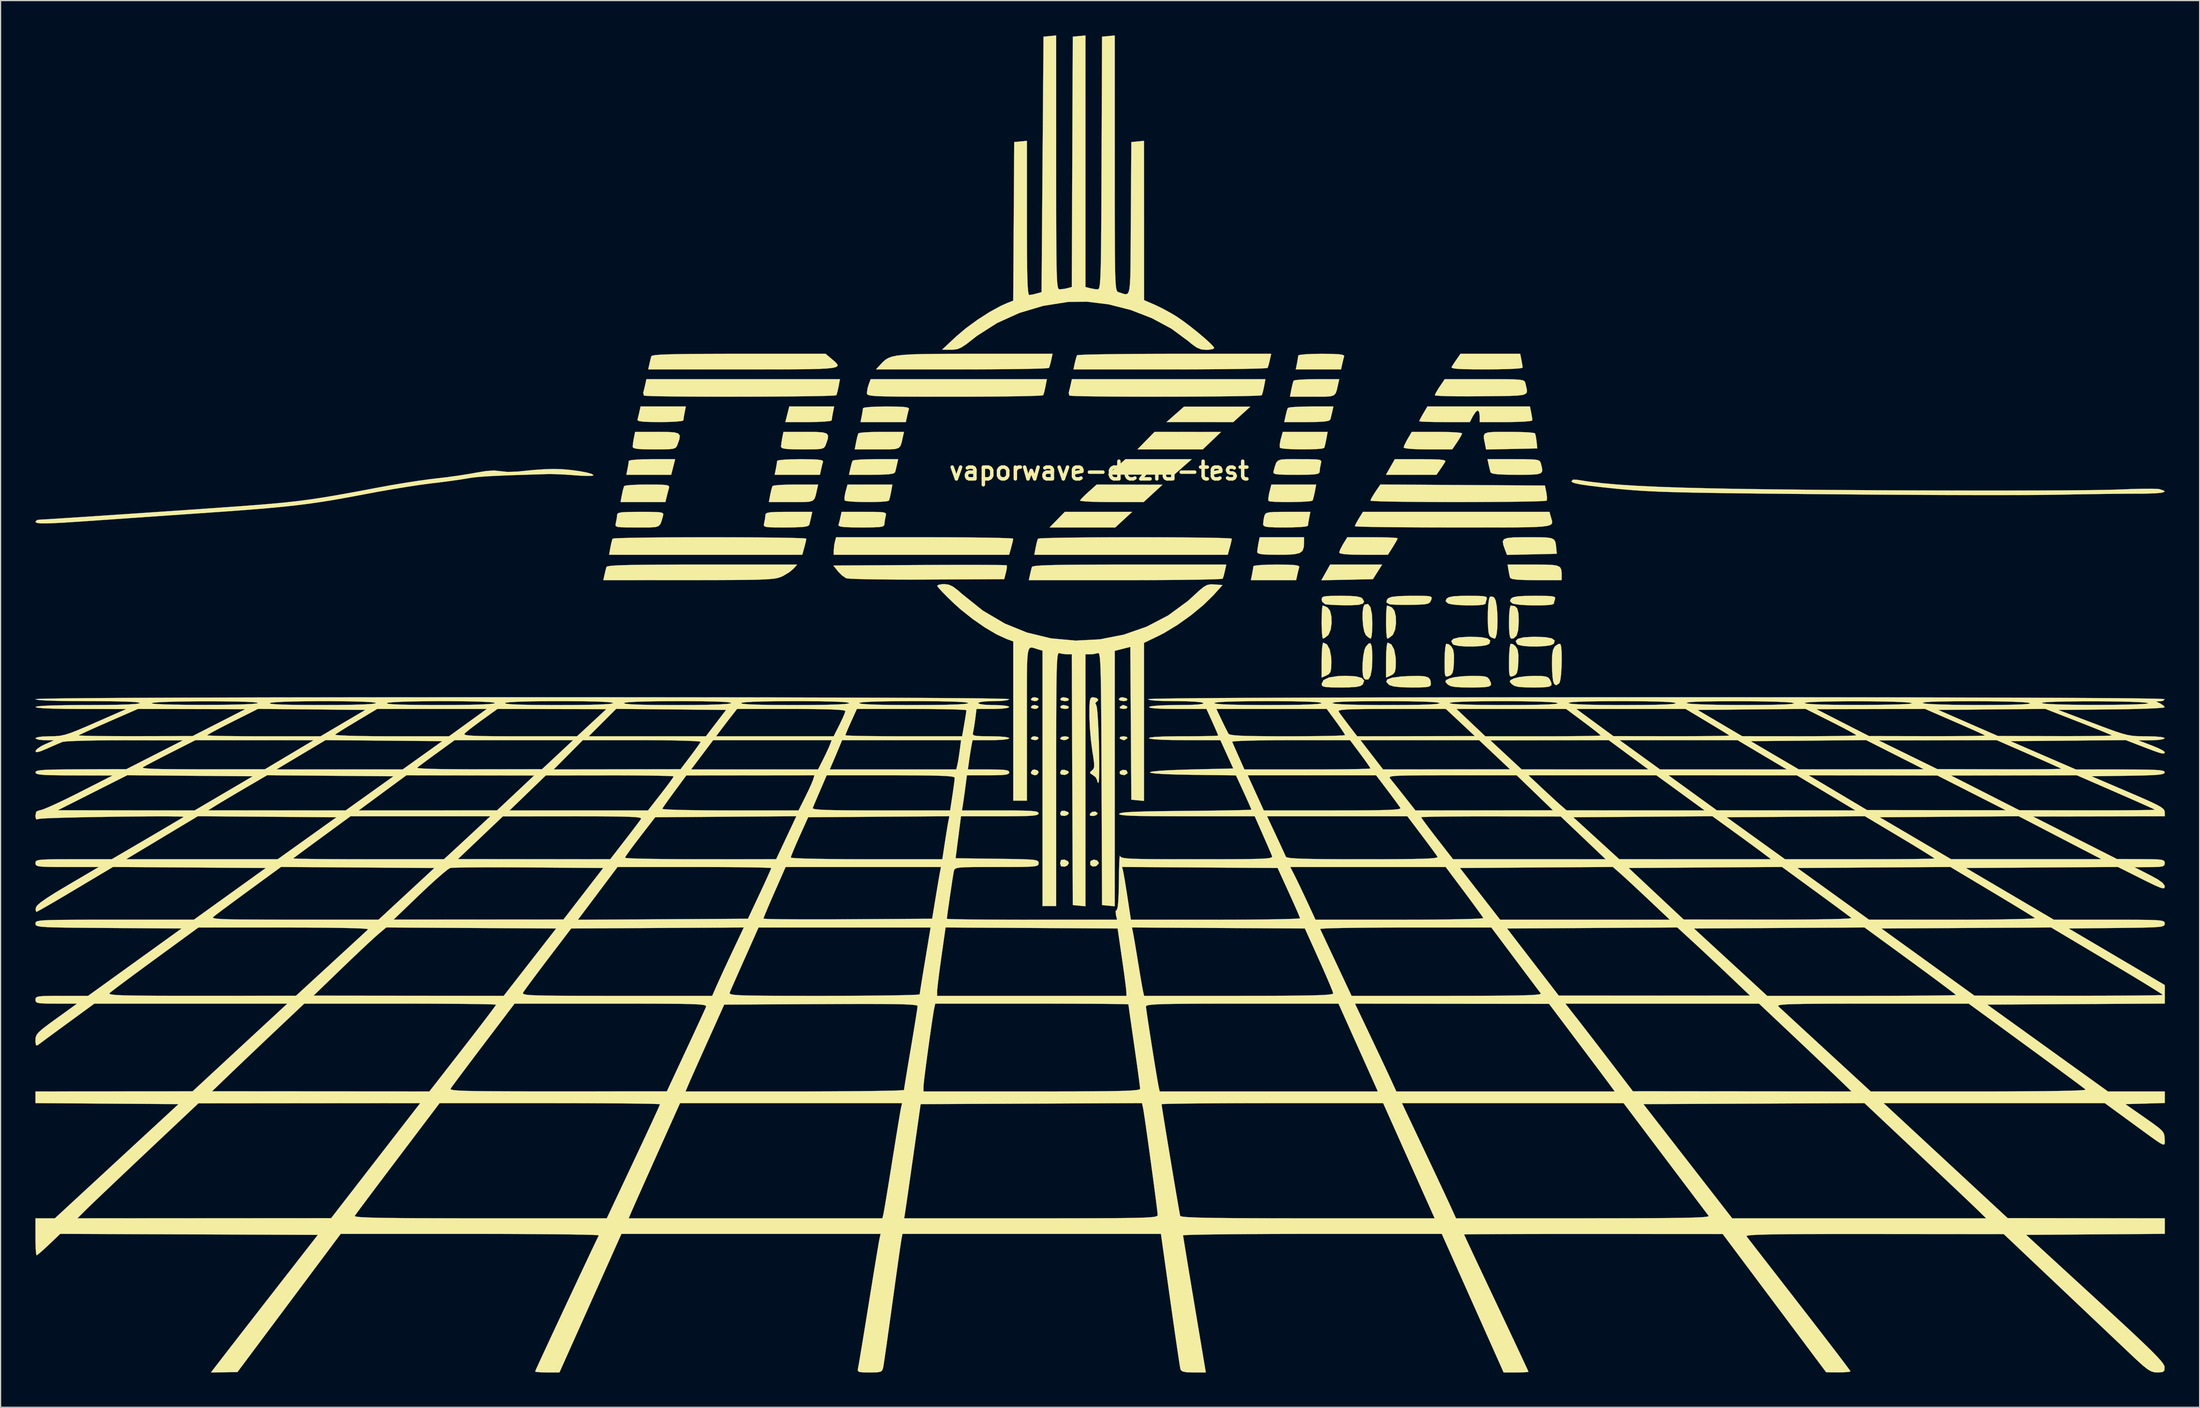
<source format=kicad_pcb>
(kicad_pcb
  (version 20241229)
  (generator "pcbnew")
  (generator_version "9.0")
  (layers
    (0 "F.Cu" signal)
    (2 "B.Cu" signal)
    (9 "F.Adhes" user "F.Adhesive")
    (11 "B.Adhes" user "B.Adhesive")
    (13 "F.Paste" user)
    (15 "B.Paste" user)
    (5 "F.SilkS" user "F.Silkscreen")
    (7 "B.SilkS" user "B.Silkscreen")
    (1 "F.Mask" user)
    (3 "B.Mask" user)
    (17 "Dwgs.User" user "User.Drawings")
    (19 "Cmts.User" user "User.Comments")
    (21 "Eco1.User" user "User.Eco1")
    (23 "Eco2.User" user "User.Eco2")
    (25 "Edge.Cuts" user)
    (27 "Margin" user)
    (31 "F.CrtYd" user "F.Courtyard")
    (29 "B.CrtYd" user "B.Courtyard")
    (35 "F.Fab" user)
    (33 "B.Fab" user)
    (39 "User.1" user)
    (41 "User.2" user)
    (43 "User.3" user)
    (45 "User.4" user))
  (footprint "vaporwave-dczia-test"
    (layer "F.Cu")
    (at 91.68 37.538)
    (property "Reference" "vaporwave-dczia-test" (at 0 0 0) (layer "F.SilkS") (effects (font (size 1.524 1.524) (thickness 0.3))))
    (attr through_hole)
    (fp_poly (pts (xy 2.122 4.205) (xy 1.392 4.878) (xy -4.274 4.878) (xy -2.96 3.532) (xy 2.852 3.532) (xy 2.122 4.205)) (stroke (width 0.01) (type solid)) (fill yes) (layer "F.SilkS"))
    (fp_poly (pts (xy 7.233 -0.343) (xy 6.476 0.322) (xy 0.757 0.322) (xy 1.514 -0.343) (xy 2.271 -1.008) (xy 7.99 -1.008) (xy 7.233 -0.343)) (stroke (width 0.01) (type solid)) (fill yes) (layer "F.SilkS"))
    (fp_poly (pts (xy 7.647 -3.36) (xy 10.513 -3.356) (xy 9.724 -2.603) (xy 8.935 -1.85) (xy 3.294 -1.85) (xy 4.78 -3.364) (xy 7.647 -3.36)) (stroke (width 0.01) (type solid)) (fill yes) (layer "F.SilkS"))
    (fp_poly (pts (xy 23.997 8.705) (xy 23.598 9.336) (xy 19.149 9.43) (xy 19.53 8.752) (xy 19.911 8.074) (xy 24.396 8.074) (xy 23.997 8.705)) (stroke (width 0.01) (type solid)) (fill yes) (layer "F.SilkS"))
    (fp_poly (pts (xy 11.563 -4.205) (xy 8.683 -4.206) (xy 5.803 -4.206) (xy 6.56 -4.871) (xy 7.317 -5.537) (xy 10.177 -5.537) (xy 13.036 -5.537) (xy 11.563 -4.205)) (stroke (width 0.01) (type solid)) (fill yes) (layer "F.SilkS"))
    (fp_poly (pts (xy -5.278 19.583) (xy -5.215 19.681) (xy -5.355 19.817) (xy -5.551 19.849) (xy -5.824 19.779) (xy -5.887 19.681) (xy -5.747 19.544) (xy -5.551 19.513) (xy -5.278 19.583)) (stroke (width 0.01) (type solid)) (fill yes) (layer "F.SilkS"))
    (fp_poly (pts (xy -5.278 20.256) (xy -5.215 20.354) (xy -5.355 20.49) (xy -5.551 20.522) (xy -5.824 20.451) (xy -5.887 20.354) (xy -5.747 20.217) (xy -5.551 20.185) (xy -5.278 20.256)) (stroke (width 0.01) (type solid)) (fill yes) (layer "F.SilkS"))
    (fp_poly (pts (xy -5.278 22.947) (xy -5.215 23.045) (xy -5.355 23.182) (xy -5.551 23.213) (xy -5.824 23.143) (xy -5.887 23.045) (xy -5.747 22.908) (xy -5.551 22.877) (xy -5.278 22.947)) (stroke (width 0.01) (type solid)) (fill yes) (layer "F.SilkS"))
    (fp_poly (pts (xy -5.277 25.842) (xy -5.215 25.989) (xy -5.355 26.194) (xy -5.551 26.241) (xy -5.825 26.136) (xy -5.887 25.989) (xy -5.747 25.783) (xy -5.551 25.736) (xy -5.277 25.842)) (stroke (width 0.01) (type solid)) (fill yes) (layer "F.SilkS"))
    (fp_poly (pts (xy -2.716 19.59) (xy -2.607 19.681) (xy -2.667 19.806) (xy -2.934 19.849) (xy -3.255 19.793) (xy -3.364 19.681) (xy -3.224 19.543) (xy -3.038 19.513) (xy -2.716 19.59)) (stroke (width 0.01) (type solid)) (fill yes) (layer "F.SilkS"))
    (fp_poly (pts (xy -2.716 20.263) (xy -2.607 20.354) (xy -2.667 20.478) (xy -2.934 20.522) (xy -3.255 20.465) (xy -3.364 20.354) (xy -3.224 20.216) (xy -3.038 20.185) (xy -2.716 20.263)) (stroke (width 0.01) (type solid)) (fill yes) (layer "F.SilkS"))
    (fp_poly (pts (xy -2.69 25.872) (xy -2.607 25.989) (xy -2.75 26.141) (xy -2.986 26.211) (xy -3.294 26.17) (xy -3.364 25.989) (xy -3.248 25.781) (xy -2.986 25.767) (xy -2.69 25.872)) (stroke (width 0.01) (type solid)) (fill yes) (layer "F.SilkS"))
    (fp_poly (pts (xy -2.69 29.405) (xy -2.607 29.521) (xy -2.75 29.673) (xy -2.986 29.743) (xy -3.294 29.702) (xy -3.364 29.521) (xy -3.248 29.313) (xy -2.986 29.299) (xy -2.69 29.405)) (stroke (width 0.01) (type solid)) (fill yes) (layer "F.SilkS"))
    (fp_poly (pts (xy -2.648 22.93) (xy -2.607 23.045) (xy -2.845 23.186) (xy -3.038 23.213) (xy -3.306 23.141) (xy -3.364 23.045) (xy -3.22 22.92) (xy -2.934 22.877) (xy -2.648 22.93)) (stroke (width 0.01) (type solid)) (fill yes) (layer "F.SilkS"))
    (fp_poly (pts (xy -0.137 29.491) (xy -0.126 29.521) (xy -0.235 29.669) (xy -0.481 29.746) (xy -0.775 29.727) (xy -0.804 29.577) (xy -0.615 29.397) (xy -0.334 29.363) (xy -0.137 29.491)) (stroke (width 0.01) (type solid)) (fill yes) (layer "F.SilkS"))
    (fp_poly (pts (xy 2.331 19.59) (xy 2.439 19.681) (xy 2.38 19.806) (xy 2.113 19.849) (xy 1.792 19.793) (xy 1.682 19.681) (xy 1.823 19.543) (xy 2.009 19.513) (xy 2.331 19.59)) (stroke (width 0.01) (type solid)) (fill yes) (layer "F.SilkS"))
    (fp_poly (pts (xy 2.385 20.292) (xy 2.439 20.354) (xy 2.379 20.478) (xy 2.103 20.522) (xy 1.81 20.47) (xy 1.766 20.354) (xy 2.01 20.197) (xy 2.103 20.185) (xy 2.385 20.292)) (stroke (width 0.01) (type solid)) (fill yes) (layer "F.SilkS"))
    (fp_poly (pts (xy 2.395 22.929) (xy 2.439 23.045) (xy 2.195 23.202) (xy 2.103 23.213) (xy 1.82 23.107) (xy 1.766 23.045) (xy 1.827 22.921) (xy 2.103 22.877) (xy 2.395 22.929)) (stroke (width 0.01) (type solid)) (fill yes) (layer "F.SilkS"))
    (fp_poly (pts (xy -0.17 33.581) (xy -0.032 33.772) (xy -0.042 33.853) (xy -0.25 34.069) (xy -0.557 34.107) (xy -0.76 33.973) (xy -0.768 33.701) (xy -0.703 33.605) (xy -0.444 33.507) (xy -0.17 33.581)) (stroke (width 0.01) (type solid)) (fill yes) (layer "F.SilkS"))
    (fp_poly (pts (xy 2.29 25.788) (xy 2.35 25.817) (xy 2.455 26.019) (xy 2.432 26.084) (xy 2.18 26.231) (xy 1.874 26.175) (xy 1.765 26.072) (xy 1.792 25.892) (xy 2.014 25.777) (xy 2.29 25.788)) (stroke (width 0.01) (type solid)) (fill yes) (layer "F.SilkS"))
    (fp_poly (pts (xy -2.986 33.505) (xy -2.69 33.642) (xy -2.607 33.811) (xy -2.75 34.028) (xy -2.986 34.117) (xy -3.281 34.086) (xy -3.364 33.826) (xy -3.364 33.811) (xy -3.287 33.541) (xy -3.002 33.502) (xy -2.986 33.505)) (stroke (width 0.01) (type solid)) (fill yes) (layer "F.SilkS"))
    (fp_poly (pts (xy -22.94 -5.025) (xy -23.014 -4.613) (xy -23.045 -4.354) (xy -23.045 -4.352) (xy -23.202 -4.295) (xy -23.631 -4.249) (xy -24.265 -4.217) (xy -25.04 -4.205) (xy -25.046 -4.205) (xy -27.046 -4.205) (xy -26.705 -5.551) (xy -22.835 -5.551) (xy -22.94 -5.025)) (stroke (width 0.01) (type solid)) (fill yes) (layer "F.SilkS"))
    (fp_poly (pts (xy -36.709 -0.336) (xy -36.879 0.336) (xy -40.749 0.336) (xy -40.644 -0.189) (xy -40.57 -0.602) (xy -40.539 -0.861) (xy -40.539 -0.862) (xy -40.382 -0.919) (xy -39.953 -0.966) (xy -39.319 -0.998) (xy -38.544 -1.009) (xy -38.538 -1.009) (xy -36.538 -1.009) (xy -36.709 -0.336)) (stroke (width 0.01) (type solid)) (fill yes) (layer "F.SilkS"))
    (fp_poly (pts (xy 2.628 1.184) (xy 5.467 1.191) (xy 3.836 2.691) (xy 1.063 2.691) (xy 0.145 2.684) (xy -0.638 2.662) (xy -1.232 2.629) (xy -1.583 2.588) (xy -1.654 2.555) (xy -1.506 2.375) (xy -1.185 2.056) (xy -0.905 1.798) (xy -0.212 1.177) (xy 2.628 1.184)) (stroke (width 0.01) (type solid)) (fill yes) (layer "F.SilkS"))
    (fp_poly (pts (xy 28.658 -1.002) (xy 29.296 -0.979) (xy 29.676 -0.936) (xy 29.839 -0.87) (xy 29.84 -0.799) (xy 29.662 -0.518) (xy 29.404 -0.134) (xy 29.398 -0.126) (xy 29.078 0.336) (xy 24.717 0.336) (xy 25.101 -0.335) (xy 25.484 -1.007) (xy 27.723 -1.008) (xy 28.658 -1.002)) (stroke (width 0.01) (type solid)) (fill yes) (layer "F.SilkS"))
    (fp_poly (pts (xy 19.64 14.959) (xy 19.876 15.394) (xy 20.002 16.054) (xy 20.017 16.429) (xy 20.003 17.003) (xy 19.939 17.336) (xy 19.792 17.524) (xy 19.597 17.632) (xy 19.176 17.823) (xy 19.176 16.313) (xy 19.191 15.647) (xy 19.23 15.131) (xy 19.287 14.84) (xy 19.318 14.803) (xy 19.64 14.959)) (stroke (width 0.01) (type solid)) (fill yes) (layer "F.SilkS"))
    (fp_poly (pts (xy 25.191 14.959) (xy 25.427 15.394) (xy 25.553 16.054) (xy 25.568 16.429) (xy 25.554 17.003) (xy 25.49 17.336) (xy 25.343 17.524) (xy 25.148 17.632) (xy 24.727 17.823) (xy 24.727 16.313) (xy 24.742 15.647) (xy 24.781 15.131) (xy 24.838 14.84) (xy 24.869 14.803) (xy 25.191 14.959)) (stroke (width 0.01) (type solid)) (fill yes) (layer "F.SilkS"))
    (fp_poly (pts (xy 17.662 6.151) (xy 17.637 6.593) (xy 17.526 6.896) (xy 17.276 7.085) (xy 16.834 7.187) (xy 16.147 7.227) (xy 15.47 7.233) (xy 14.628 7.224) (xy 14.074 7.194) (xy 13.759 7.136) (xy 13.633 7.044) (xy 13.625 7.002) (xy 13.657 6.679) (xy 13.73 6.245) (xy 13.835 5.719) (xy 17.662 5.719) (xy 17.662 6.151)) (stroke (width 0.01) (type solid)) (fill yes) (layer "F.SilkS"))
    (fp_poly (pts (xy 23.387 11.751) (xy 23.512 12.339) (xy 23.55 13.141) (xy 23.533 13.761) (xy 23.489 14.225) (xy 23.426 14.455) (xy 23.408 14.466) (xy 23.197 14.354) (xy 22.987 14.159) (xy 22.846 13.847) (xy 22.75 13.34) (xy 22.703 12.747) (xy 22.709 12.173) (xy 22.773 11.725) (xy 22.884 11.518) (xy 23.176 11.475) (xy 23.387 11.751)) (stroke (width 0.01) (type solid)) (fill yes) (layer "F.SilkS"))
    (fp_poly (pts (xy 23.492 15.104) (xy 23.541 15.654) (xy 23.55 16.199) (xy 23.508 17.069) (xy 23.39 17.67) (xy 23.202 17.983) (xy 22.952 17.989) (xy 22.821 17.887) (xy 22.731 17.62) (xy 22.697 17.132) (xy 22.712 16.531) (xy 22.771 15.927) (xy 22.868 15.429) (xy 22.97 15.177) (xy 23.218 14.886) (xy 23.388 14.855) (xy 23.492 15.104)) (stroke (width 0.01) (type solid)) (fill yes) (layer "F.SilkS"))
    (fp_poly (pts (xy 35.828 11.659) (xy 36.037 11.858) (xy 36.139 12.266) (xy 36.166 12.937) (xy 36.122 13.715) (xy 35.983 14.203) (xy 35.734 14.435) (xy 35.543 14.466) (xy 35.429 14.369) (xy 35.36 14.05) (xy 35.328 13.462) (xy 35.325 13.036) (xy 35.341 12.39) (xy 35.386 11.896) (xy 35.45 11.631) (xy 35.479 11.607) (xy 35.828 11.659)) (stroke (width 0.01) (type solid)) (fill yes) (layer "F.SilkS"))
    (fp_poly (pts (xy -17.929 1.808) (xy -18.021 2.25) (xy -18.102 2.538) (xy -18.115 2.565) (xy -18.306 2.622) (xy -18.749 2.662) (xy -19.358 2.684) (xy -20.05 2.688) (xy -20.738 2.677) (xy -21.338 2.648) (xy -21.766 2.604) (xy -21.935 2.549) (xy -21.951 2.308) (xy -21.879 1.892) (xy -21.853 1.792) (xy -21.684 1.177) (xy -17.815 1.177) (xy -17.929 1.808)) (stroke (width 0.01) (type solid)) (fill yes) (layer "F.SilkS"))
    (fp_poly (pts (xy -17.421 -0.547) (xy -17.519 -0.128) (xy -17.587 0.126) (xy -17.728 0.225) (xy -18.102 0.29) (xy -18.744 0.326) (xy -19.605 0.336) (xy -21.558 0.336) (xy -21.441 -0.21) (xy -21.339 -0.623) (xy -21.253 -0.877) (xy -21.249 -0.883) (xy -21.061 -0.933) (xy -20.607 -0.974) (xy -19.956 -1.001) (xy -19.247 -1.009) (xy -17.319 -1.009) (xy -17.421 -0.547)) (stroke (width 0.01) (type solid)) (fill yes) (layer "F.SilkS"))
    (fp_poly (pts (xy 18.591 1.807) (xy 18.495 2.249) (xy 18.408 2.537) (xy 18.394 2.564) (xy 18.206 2.613) (xy 17.767 2.651) (xy 17.16 2.677) (xy 16.472 2.689) (xy 15.787 2.688) (xy 15.189 2.672) (xy 14.763 2.64) (xy 14.598 2.599) (xy 14.578 2.393) (xy 14.64 1.992) (xy 14.675 1.842) (xy 14.844 1.177) (xy 18.709 1.177) (xy 18.591 1.807)) (stroke (width 0.01) (type solid)) (fill yes) (layer "F.SilkS"))
    (fp_poly (pts (xy 19.582 -2.733) (xy 19.491 -2.292) (xy 19.409 -2.004) (xy 19.396 -1.976) (xy 19.205 -1.919) (xy 18.762 -1.88) (xy 18.153 -1.858) (xy 17.462 -1.853) (xy 16.774 -1.865) (xy 16.173 -1.893) (xy 15.745 -1.938) (xy 15.576 -1.992) (xy 15.56 -2.234) (xy 15.632 -2.649) (xy 15.658 -2.749) (xy 15.828 -3.364) (xy 19.696 -3.364) (xy 19.582 -2.733)) (stroke (width 0.01) (type solid)) (fill yes) (layer "F.SilkS"))
    (fp_poly (pts (xy 20.09 -5.088) (xy 19.992 -4.67) (xy 19.924 -4.416) (xy 19.783 -4.317) (xy 19.409 -4.251) (xy 18.767 -4.215) (xy 17.906 -4.205) (xy 15.953 -4.205) (xy 16.071 -4.752) (xy 16.172 -5.165) (xy 16.259 -5.418) (xy 16.262 -5.425) (xy 16.45 -5.475) (xy 16.904 -5.515) (xy 17.555 -5.542) (xy 18.264 -5.551) (xy 20.192 -5.551) (xy 20.09 -5.088)) (stroke (width 0.01) (type solid)) (fill yes) (layer "F.SilkS"))
    (fp_poly (pts (xy 32.912 14.333) (xy 33.47 14.439) (xy 33.713 14.619) (xy 33.649 14.876) (xy 33.618 14.916) (xy 33.357 15.03) (xy 32.864 15.105) (xy 32.24 15.141) (xy 31.585 15.137) (xy 31.003 15.091) (xy 30.595 15.004) (xy 30.484 14.941) (xy 30.346 14.673) (xy 30.532 14.476) (xy 31.037 14.35) (xy 31.857 14.299) (xy 32.031 14.298) (xy 32.912 14.333)) (stroke (width 0.01) (type solid)) (fill yes) (layer "F.SilkS"))
    (fp_poly (pts (xy 38.463 14.333) (xy 39.021 14.439) (xy 39.264 14.619) (xy 39.2 14.876) (xy 39.169 14.916) (xy 38.908 15.03) (xy 38.415 15.105) (xy 37.791 15.141) (xy 37.136 15.137) (xy 36.554 15.091) (xy 36.146 15.004) (xy 36.035 14.941) (xy 35.897 14.673) (xy 36.083 14.476) (xy 36.588 14.35) (xy 37.408 14.299) (xy 37.582 14.298) (xy 38.463 14.333)) (stroke (width 0.01) (type solid)) (fill yes) (layer "F.SilkS"))
    (fp_poly (pts (xy -38.088 1.182) (xy -37.54 1.2) (xy -37.221 1.24) (xy -37.079 1.312) (xy -37.059 1.423) (xy -37.071 1.472) (xy -37.177 1.86) (xy -37.269 2.229) (xy -37.38 2.691) (xy -41.249 2.691) (xy -41.131 2.062) (xy -41.035 1.62) (xy -40.948 1.332) (xy -40.934 1.305) (xy -40.745 1.255) (xy -40.289 1.214) (xy -39.636 1.186) (xy -38.92 1.177) (xy -38.088 1.182)) (stroke (width 0.01) (type solid)) (fill yes) (layer "F.SilkS"))
    (fp_poly (pts (xy -35.724 -5.025) (xy -35.798 -4.613) (xy -35.829 -4.354) (xy -35.829 -4.352) (xy -35.986 -4.296) (xy -36.415 -4.249) (xy -37.05 -4.217) (xy -37.826 -4.205) (xy -37.842 -4.205) (xy -38.734 -4.214) (xy -39.33 -4.243) (xy -39.669 -4.296) (xy -39.792 -4.377) (xy -39.791 -4.416) (xy -39.708 -4.731) (xy -39.625 -5.088) (xy -39.523 -5.551) (xy -35.619 -5.551) (xy -35.724 -5.025)) (stroke (width 0.01) (type solid)) (fill yes) (layer "F.SilkS"))
    (fp_poly (pts (xy -24.85 -1.001) (xy -24.254 -0.972) (xy -23.915 -0.919) (xy -23.792 -0.837) (xy -23.793 -0.799) (xy -23.876 -0.484) (xy -23.959 -0.126) (xy -24.061 0.336) (xy -27.965 0.336) (xy -27.86 -0.189) (xy -27.786 -0.602) (xy -27.755 -0.861) (xy -27.755 -0.862) (xy -27.598 -0.919) (xy -27.169 -0.966) (xy -26.534 -0.997) (xy -25.758 -1.009) (xy -25.742 -1.009) (xy -24.85 -1.001)) (stroke (width 0.01) (type solid)) (fill yes) (layer "F.SilkS"))
    (fp_poly (pts (xy -24.319 1.64) (xy -24.417 2.087) (xy -24.517 2.386) (xy -24.681 2.566) (xy -24.972 2.657) (xy -25.451 2.689) (xy -26.181 2.692) (xy -26.523 2.691) (xy -28.465 2.691) (xy -28.347 2.062) (xy -28.251 1.62) (xy -28.164 1.332) (xy -28.15 1.305) (xy -27.961 1.254) (xy -27.505 1.213) (xy -26.853 1.186) (xy -26.144 1.177) (xy -24.216 1.177) (xy -24.319 1.64)) (stroke (width 0.01) (type solid)) (fill yes) (layer "F.SilkS"))
    (fp_poly (pts (xy -17.449 -5.542) (xy -16.853 -5.514) (xy -16.514 -5.461) (xy -16.391 -5.379) (xy -16.392 -5.341) (xy -16.475 -5.026) (xy -16.558 -4.668) (xy -16.659 -4.205) (xy -20.564 -4.205) (xy -20.459 -4.731) (xy -20.385 -5.143) (xy -20.354 -5.402) (xy -20.354 -5.404) (xy -20.196 -5.461) (xy -19.768 -5.507) (xy -19.133 -5.539) (xy -18.357 -5.551) (xy -18.34 -5.551) (xy -17.449 -5.542)) (stroke (width 0.01) (type solid)) (fill yes) (layer "F.SilkS"))
    (fp_poly (pts (xy -16.918 -2.902) (xy -17.016 -2.455) (xy -17.116 -2.156) (xy -17.28 -1.976) (xy -17.57 -1.885) (xy -18.05 -1.853) (xy -18.78 -1.85) (xy -19.122 -1.85) (xy -21.064 -1.85) (xy -20.946 -2.48) (xy -20.85 -2.922) (xy -20.763 -3.209) (xy -20.749 -3.237) (xy -20.559 -3.287) (xy -20.103 -3.328) (xy -19.451 -3.355) (xy -18.742 -3.364) (xy -16.815 -3.364) (xy -16.918 -2.902)) (stroke (width 0.01) (type solid)) (fill yes) (layer "F.SilkS"))
    (fp_poly (pts (xy -13.469 5.722) (xy -12.011 5.73) (xy -10.695 5.742) (xy -9.553 5.758) (xy -8.621 5.777) (xy -7.93 5.799) (xy -7.514 5.824) (xy -7.402 5.845) (xy -7.444 6.076) (xy -7.548 6.49) (xy -7.578 6.602) (xy -7.754 7.233) (xy -22.877 7.233) (xy -22.875 6.855) (xy -22.827 6.367) (xy -22.771 6.098) (xy -22.669 5.719) (xy -15.035 5.719) (xy -13.469 5.722)) (stroke (width 0.01) (type solid)) (fill yes) (layer "F.SilkS"))
    (fp_poly (pts (xy 16.194 8.083) (xy 16.789 8.111) (xy 17.129 8.165) (xy 17.252 8.246) (xy 17.25 8.284) (xy 17.167 8.6) (xy 17.084 8.957) (xy 16.983 9.42) (xy 13.078 9.42) (xy 13.184 8.894) (xy 13.258 8.482) (xy 13.289 8.223) (xy 13.289 8.221) (xy 13.446 8.164) (xy 13.875 8.118) (xy 14.51 8.086) (xy 15.286 8.074) (xy 15.302 8.074) (xy 16.194 8.083)) (stroke (width 0.01) (type solid)) (fill yes) (layer "F.SilkS"))
    (fp_poly (pts (xy 19.48 11.677) (xy 19.692 11.781) (xy 19.904 12.062) (xy 20.02 12.551) (xy 20.038 13.131) (xy 19.959 13.689) (xy 19.78 14.108) (xy 19.71 14.188) (xy 19.432 14.402) (xy 19.289 14.466) (xy 19.238 14.311) (xy 19.199 13.896) (xy 19.178 13.3) (xy 19.176 13.036) (xy 19.186 12.39) (xy 19.214 11.896) (xy 19.254 11.631) (xy 19.271 11.607) (xy 19.48 11.677)) (stroke (width 0.01) (type solid)) (fill yes) (layer "F.SilkS"))
    (fp_poly (pts (xy 20.063 -10.084) (xy 20.658 -10.055) (xy 20.998 -10.002) (xy 21.121 -9.921) (xy 21.119 -9.882) (xy 21.036 -9.567) (xy 20.953 -9.21) (xy 20.852 -8.747) (xy 16.947 -8.747) (xy 17.052 -9.273) (xy 17.126 -9.685) (xy 17.158 -9.944) (xy 17.158 -9.946) (xy 17.315 -10.002) (xy 17.744 -10.049) (xy 18.378 -10.081) (xy 19.154 -10.093) (xy 19.171 -10.093) (xy 20.063 -10.084)) (stroke (width 0.01) (type solid)) (fill yes) (layer "F.SilkS"))
    (fp_poly (pts (xy 20.594 -7.443) (xy 20.495 -6.996) (xy 20.395 -6.698) (xy 20.231 -6.518) (xy 19.941 -6.426) (xy 19.462 -6.394) (xy 18.731 -6.392) (xy 18.389 -6.392) (xy 16.447 -6.392) (xy 16.565 -7.022) (xy 16.662 -7.463) (xy 16.749 -7.751) (xy 16.762 -7.779) (xy 16.952 -7.829) (xy 17.408 -7.87) (xy 18.06 -7.897) (xy 18.769 -7.906) (xy 20.696 -7.906) (xy 20.594 -7.443)) (stroke (width 0.01) (type solid)) (fill yes) (layer "F.SilkS"))
    (fp_poly (pts (xy 22.106 17.709) (xy 22.633 17.846) (xy 22.845 18.073) (xy 22.735 18.386) (xy 22.709 18.419) (xy 22.518 18.544) (xy 22.158 18.622) (xy 21.569 18.662) (xy 20.838 18.672) (xy 20.075 18.666) (xy 19.588 18.641) (xy 19.316 18.587) (xy 19.199 18.491) (xy 19.176 18.362) (xy 19.336 18.033) (xy 19.811 17.806) (xy 20.597 17.685) (xy 21.266 17.662) (xy 22.106 17.709)) (stroke (width 0.01) (type solid)) (fill yes) (layer "F.SilkS"))
    (fp_poly (pts (xy 25.031 11.677) (xy 25.243 11.781) (xy 25.455 12.062) (xy 25.571 12.551) (xy 25.589 13.131) (xy 25.51 13.689) (xy 25.331 14.108) (xy 25.261 14.188) (xy 24.983 14.402) (xy 24.84 14.466) (xy 24.789 14.311) (xy 24.75 13.896) (xy 24.729 13.3) (xy 24.727 13.036) (xy 24.737 12.39) (xy 24.765 11.896) (xy 24.805 11.631) (xy 24.822 11.607) (xy 25.031 11.677)) (stroke (width 0.01) (type solid)) (fill yes) (layer "F.SilkS"))
    (fp_poly (pts (xy 30.127 14.941) (xy 30.348 15.124) (xy 30.515 15.411) (xy 30.587 15.85) (xy 30.581 16.489) (xy 30.537 17.081) (xy 30.456 17.424) (xy 30.307 17.605) (xy 30.152 17.68) (xy 29.968 17.735) (xy 29.856 17.691) (xy 29.798 17.489) (xy 29.777 17.07) (xy 29.774 16.405) (xy 29.79 15.749) (xy 29.833 15.231) (xy 29.895 14.936) (xy 29.919 14.901) (xy 30.127 14.941)) (stroke (width 0.01) (type solid)) (fill yes) (layer "F.SilkS"))
    (fp_poly (pts (xy 35.678 14.941) (xy 35.899 15.124) (xy 36.066 15.411) (xy 36.138 15.85) (xy 36.132 16.489) (xy 36.088 17.081) (xy 36.007 17.424) (xy 35.858 17.605) (xy 35.703 17.68) (xy 35.519 17.735) (xy 35.407 17.691) (xy 35.349 17.489) (xy 35.328 17.07) (xy 35.325 16.405) (xy 35.341 15.749) (xy 35.384 15.231) (xy 35.446 14.936) (xy 35.47 14.901) (xy 35.678 14.941)) (stroke (width 0.01) (type solid)) (fill yes) (layer "F.SilkS"))
    (fp_poly (pts (xy 37.929 5.721) (xy 38.565 5.742) (xy 38.973 5.802) (xy 39.208 5.923) (xy 39.325 6.126) (xy 39.377 6.431) (xy 39.398 6.644) (xy 39.446 7.149) (xy 37.299 7.196) (xy 35.152 7.243) (xy 34.986 6.807) (xy 34.835 6.384) (xy 34.788 6.088) (xy 34.886 5.896) (xy 35.171 5.786) (xy 35.686 5.735) (xy 36.472 5.72) (xy 37.012 5.719) (xy 37.929 5.721)) (stroke (width 0.01) (type solid)) (fill yes) (layer "F.SilkS"))
    (fp_poly (pts (xy 38.381 8.078) (xy 39.044 8.104) (xy 39.473 8.171) (xy 39.719 8.298) (xy 39.832 8.506) (xy 39.865 8.814) (xy 39.866 9.013) (xy 39.866 9.42) (xy 37.674 9.42) (xy 36.698 9.41) (xy 36.022 9.378) (xy 35.611 9.32) (xy 35.43 9.234) (xy 35.417 9.21) (xy 35.342 8.892) (xy 35.277 8.537) (xy 35.203 8.074) (xy 37.432 8.074) (xy 38.381 8.078)) (stroke (width 0.01) (type solid)) (fill yes) (layer "F.SilkS"))
    (fp_poly (pts (xy 24.374 5.726) (xy 25.047 5.743) (xy 25.521 5.769) (xy 25.731 5.801) (xy 25.736 5.807) (xy 25.654 5.988) (xy 25.446 6.35) (xy 25.314 6.564) (xy 24.891 7.233) (xy 22.791 7.233) (xy 21.806 7.221) (xy 21.14 7.182) (xy 20.776 7.115) (xy 20.69 7.043) (xy 20.773 6.786) (xy 20.978 6.39) (xy 21.04 6.286) (xy 21.39 5.719) (xy 23.563 5.719) (xy 24.374 5.726)) (stroke (width 0.01) (type solid)) (fill yes) (layer "F.SilkS"))
    (fp_poly (pts (xy 29.927 -3.355) (xy 30.6 -3.329) (xy 31.073 -3.291) (xy 31.282 -3.244) (xy 31.287 -3.235) (xy 31.2 -3.029) (xy 30.98 -2.659) (xy 30.861 -2.478) (xy 30.434 -1.85) (xy 28.338 -1.85) (xy 27.503 -1.862) (xy 26.838 -1.896) (xy 26.399 -1.946) (xy 26.241 -2.009) (xy 26.32 -2.243) (xy 26.518 -2.634) (xy 26.594 -2.766) (xy 26.947 -3.364) (xy 29.117 -3.364) (xy 29.927 -3.355)) (stroke (width 0.01) (type solid)) (fill yes) (layer "F.SilkS"))
    (fp_poly (pts (xy 34.059 10.93) (xy 34.182 11.184) (xy 34.269 11.659) (xy 34.321 12.269) (xy 34.337 12.933) (xy 34.317 13.565) (xy 34.259 14.084) (xy 34.163 14.404) (xy 34.084 14.466) (xy 33.788 14.348) (xy 33.646 14.218) (xy 33.565 13.953) (xy 33.516 13.454) (xy 33.495 12.818) (xy 33.503 12.141) (xy 33.539 11.52) (xy 33.602 11.051) (xy 33.68 10.84) (xy 33.89 10.831) (xy 34.059 10.93)) (stroke (width 0.01) (type solid)) (fill yes) (layer "F.SilkS"))
    (fp_poly (pts (xy 35.315 -3.364) (xy 36.135 -3.355) (xy 36.826 -3.33) (xy 37.323 -3.292) (xy 37.559 -3.246) (xy 37.569 -3.238) (xy 37.636 -2.998) (xy 37.699 -2.58) (xy 37.705 -2.523) (xy 37.764 -1.934) (xy 35.557 -1.888) (xy 33.35 -1.841) (xy 33.244 -2.371) (xy 33.166 -2.771) (xy 33.154 -3.046) (xy 33.256 -3.219) (xy 33.519 -3.315) (xy 33.992 -3.355) (xy 34.725 -3.364) (xy 35.315 -3.364)) (stroke (width 0.01) (type solid)) (fill yes) (layer "F.SilkS"))
    (fp_poly (pts (xy 21.678 10.78) (xy 22.237 10.827) (xy 22.569 10.914) (xy 22.702 11.011) (xy 22.84 11.269) (xy 22.735 11.444) (xy 22.36 11.547) (xy 21.691 11.587) (xy 21.227 11.587) (xy 20.526 11.57) (xy 19.932 11.54) (xy 19.541 11.504) (xy 19.471 11.491) (xy 19.225 11.281) (xy 19.176 11.09) (xy 19.202 10.941) (xy 19.322 10.846) (xy 19.595 10.794) (xy 20.084 10.771) (xy 20.838 10.766) (xy 21.678 10.78)) (stroke (width 0.01) (type solid)) (fill yes) (layer "F.SilkS"))
    (fp_poly (pts (xy 28.065 17.707) (xy 28.389 17.816) (xy 28.546 18.017) (xy 28.593 18.333) (xy 28.593 18.377) (xy 28.56 18.513) (xy 28.415 18.6) (xy 28.1 18.648) (xy 27.554 18.668) (xy 26.946 18.672) (xy 26.03 18.651) (xy 25.406 18.585) (xy 25.031 18.469) (xy 24.97 18.431) (xy 24.745 18.176) (xy 24.837 17.975) (xy 25.252 17.826) (xy 25.992 17.727) (xy 26.691 17.687) (xy 27.518 17.671) (xy 28.065 17.707)) (stroke (width 0.01) (type solid)) (fill yes) (layer "F.SilkS"))
    (fp_poly (pts (xy 39.754 14.914) (xy 39.824 15.153) (xy 39.863 15.631) (xy 39.872 16.254) (xy 39.855 16.927) (xy 39.813 17.556) (xy 39.75 18.044) (xy 39.668 18.298) (xy 39.664 18.301) (xy 39.394 18.487) (xy 39.217 18.365) (xy 39.131 18.125) (xy 39.08 17.768) (xy 39.042 17.199) (xy 39.027 16.553) (xy 39.046 15.868) (xy 39.117 15.432) (xy 39.257 15.16) (xy 39.333 15.081) (xy 39.605 14.909) (xy 39.754 14.914)) (stroke (width 0.01) (type solid)) (fill yes) (layer "F.SilkS"))
    (fp_poly (pts (xy 32.597 10.772) (xy 33.082 10.796) (xy 33.34 10.848) (xy 33.425 10.937) (xy 33.408 11.032) (xy 33.317 11.352) (xy 33.306 11.452) (xy 33.153 11.528) (xy 32.752 11.576) (xy 32.191 11.597) (xy 31.556 11.593) (xy 30.937 11.564) (xy 30.418 11.511) (xy 30.09 11.435) (xy 30.059 11.42) (xy 29.857 11.23) (xy 29.953 11.004) (xy 30.156 10.885) (xy 30.558 10.809) (xy 31.211 10.772) (xy 31.831 10.766) (xy 32.597 10.772)) (stroke (width 0.01) (type solid)) (fill yes) (layer "F.SilkS"))
    (fp_poly (pts (xy 36.397 -9.567) (xy 36.471 -9.155) (xy 36.502 -8.896) (xy 36.502 -8.894) (xy 36.342 -8.848) (xy 35.899 -8.808) (xy 35.223 -8.776) (xy 34.368 -8.755) (xy 33.386 -8.747) (xy 33.38 -8.747) (xy 32.247 -8.752) (xy 31.415 -8.767) (xy 30.85 -8.796) (xy 30.516 -8.841) (xy 30.379 -8.903) (xy 30.38 -8.957) (xy 30.557 -9.238) (xy 30.816 -9.622) (xy 30.822 -9.63) (xy 31.142 -10.093) (xy 36.292 -10.093) (xy 36.397 -9.567)) (stroke (width 0.01) (type solid)) (fill yes) (layer "F.SilkS"))
    (fp_poly (pts (xy 38.115 17.679) (xy 38.513 17.728) (xy 38.737 17.837) (xy 38.851 17.988) (xy 38.987 18.29) (xy 38.978 18.488) (xy 38.778 18.602) (xy 38.341 18.656) (xy 37.623 18.671) (xy 37.439 18.672) (xy 36.645 18.659) (xy 36.116 18.615) (xy 35.781 18.528) (xy 35.569 18.387) (xy 35.564 18.383) (xy 35.39 18.172) (xy 35.455 18.035) (xy 35.762 17.885) (xy 36.178 17.779) (xy 36.794 17.701) (xy 37.463 17.67) (xy 38.115 17.679)) (stroke (width 0.01) (type solid)) (fill yes) (layer "F.SilkS"))
    (fp_poly (pts (xy 38.362 10.771) (xy 38.889 10.792) (xy 39.186 10.838) (xy 39.304 10.915) (xy 39.295 11.032) (xy 39.205 11.352) (xy 39.193 11.452) (xy 39.04 11.524) (xy 38.634 11.572) (xy 38.059 11.596) (xy 37.399 11.596) (xy 36.737 11.574) (xy 36.157 11.531) (xy 35.742 11.466) (xy 35.61 11.42) (xy 35.408 11.23) (xy 35.504 11.004) (xy 35.693 10.891) (xy 36.067 10.817) (xy 36.678 10.777) (xy 37.55 10.766) (xy 38.362 10.771)) (stroke (width 0.01) (type solid)) (fill yes) (layer "F.SilkS"))
    (fp_poly (pts (xy -37.198 -3.357) (xy -36.61 -3.319) (xy -36.272 -3.221) (xy -36.14 -3.038) (xy -36.17 -2.743) (xy -36.32 -2.308) (xy -36.33 -2.282) (xy -36.413 -2.094) (xy -36.533 -1.97) (xy -36.755 -1.897) (xy -37.141 -1.862) (xy -37.757 -1.851) (xy -38.348 -1.85) (xy -39.192 -1.859) (xy -39.749 -1.889) (xy -40.066 -1.947) (xy -40.194 -2.038) (xy -40.203 -2.082) (xy -40.171 -2.405) (xy -40.098 -2.839) (xy -39.992 -3.364) (xy -38.079 -3.364) (xy -37.198 -3.357)) (stroke (width 0.01) (type solid)) (fill yes) (layer "F.SilkS"))
    (fp_poly (pts (xy -24.822 3.995) (xy -24.92 4.414) (xy -24.988 4.668) (xy -25.129 4.766) (xy -25.502 4.832) (xy -26.144 4.868) (xy -27.012 4.878) (xy -27.847 4.876) (xy -28.4 4.863) (xy -28.724 4.827) (xy -28.873 4.758) (xy -28.902 4.645) (xy -28.87 4.5) (xy -28.786 4.063) (xy -28.767 3.827) (xy -28.734 3.702) (xy -28.604 3.618) (xy -28.321 3.567) (xy -27.829 3.541) (xy -27.076 3.533) (xy -26.742 3.532) (xy -24.721 3.532) (xy -24.822 3.995)) (stroke (width 0.01) (type solid)) (fill yes) (layer "F.SilkS"))
    (fp_poly (pts (xy -24.414 -3.357) (xy -23.826 -3.319) (xy -23.488 -3.221) (xy -23.356 -3.038) (xy -23.386 -2.743) (xy -23.536 -2.308) (xy -23.546 -2.282) (xy -23.629 -2.094) (xy -23.749 -1.97) (xy -23.971 -1.897) (xy -24.357 -1.862) (xy -24.972 -1.851) (xy -25.564 -1.85) (xy -26.408 -1.859) (xy -26.965 -1.889) (xy -27.282 -1.947) (xy -27.41 -2.038) (xy -27.419 -2.082) (xy -27.387 -2.405) (xy -27.313 -2.839) (xy -27.208 -3.364) (xy -25.295 -3.364) (xy -24.414 -3.357)) (stroke (width 0.01) (type solid)) (fill yes) (layer "F.SilkS"))
    (fp_poly (pts (xy 27.739 10.768) (xy 28.254 10.782) (xy 28.542 10.822) (xy 28.657 10.899) (xy 28.655 11.025) (xy 28.614 11.144) (xy 28.525 11.322) (xy 28.37 11.435) (xy 28.081 11.499) (xy 27.588 11.532) (xy 26.895 11.548) (xy 26.169 11.551) (xy 25.549 11.538) (xy 25.127 11.511) (xy 25.022 11.494) (xy 24.756 11.343) (xy 24.809 11.105) (xy 24.929 10.967) (xy 25.218 10.862) (xy 25.828 10.794) (xy 26.743 10.766) (xy 26.942 10.766) (xy 27.739 10.768)) (stroke (width 0.01) (type solid)) (fill yes) (layer "F.SilkS"))
    (fp_poly (pts (xy -19.414 3.534) (xy -18.863 3.548) (xy -18.541 3.584) (xy -18.393 3.653) (xy -18.366 3.767) (xy -18.397 3.911) (xy -18.481 4.348) (xy -18.501 4.584) (xy -18.533 4.709) (xy -18.664 4.793) (xy -18.948 4.844) (xy -19.44 4.869) (xy -20.196 4.878) (xy -20.517 4.878) (xy -21.408 4.87) (xy -22.004 4.841) (xy -22.343 4.788) (xy -22.466 4.706) (xy -22.465 4.668) (xy -22.382 4.353) (xy -22.299 3.995) (xy -22.198 3.532) (xy -20.247 3.532) (xy -19.414 3.534)) (stroke (width 0.01) (type solid)) (fill yes) (layer "F.SilkS"))
    (fp_poly (pts (xy 18.104 4.058) (xy 18.03 4.471) (xy 17.999 4.73) (xy 17.999 4.731) (xy 17.842 4.789) (xy 17.414 4.836) (xy 16.784 4.868) (xy 16.064 4.878) (xy 15.228 4.873) (xy 14.673 4.853) (xy 14.343 4.809) (xy 14.181 4.733) (xy 14.133 4.616) (xy 14.132 4.584) (xy 14.178 4.18) (xy 14.236 3.911) (xy 14.296 3.748) (xy 14.411 3.641) (xy 14.643 3.576) (xy 15.051 3.544) (xy 15.696 3.534) (xy 16.273 3.532) (xy 18.209 3.532) (xy 18.104 4.058)) (stroke (width 0.01) (type solid)) (fill yes) (layer "F.SilkS"))
    (fp_poly (pts (xy 32.779 17.676) (xy 33.218 17.714) (xy 33.47 17.799) (xy 33.613 17.947) (xy 33.636 17.988) (xy 33.769 18.279) (xy 33.767 18.474) (xy 33.585 18.591) (xy 33.179 18.65) (xy 32.503 18.67) (xy 32.056 18.672) (xy 31.225 18.662) (xy 30.662 18.625) (xy 30.301 18.554) (xy 30.074 18.436) (xy 30.013 18.383) (xy 29.839 18.172) (xy 29.904 18.035) (xy 30.211 17.885) (xy 30.611 17.786) (xy 31.227 17.71) (xy 31.939 17.672) (xy 32.081 17.67) (xy 32.779 17.676)) (stroke (width 0.01) (type solid)) (fill yes) (layer "F.SilkS"))
    (fp_poly (pts (xy 36.631 -1.007) (xy 37.259 -0.994) (xy 37.661 -0.962) (xy 37.893 -0.902) (xy 38.011 -0.804) (xy 38.07 -0.66) (xy 38.078 -0.631) (xy 38.174 -0.248) (xy 38.192 0.018) (xy 38.084 0.188) (xy 37.805 0.283) (xy 37.308 0.325) (xy 36.547 0.336) (xy 35.992 0.336) (xy 35.016 0.326) (xy 34.34 0.294) (xy 33.93 0.237) (xy 33.748 0.151) (xy 33.735 0.126) (xy 33.652 -0.189) (xy 33.569 -0.547) (xy 33.468 -1.009) (xy 35.722 -1.009) (xy 36.631 -1.007)) (stroke (width 0.01) (type solid)) (fill yes) (layer "F.SilkS"))
    (fp_poly (pts (xy -10.043 8.104) (xy -9.124 8.109) (xy -8.448 8.117) (xy -8.05 8.128) (xy -7.954 8.138) (xy -7.947 8.329) (xy -8.017 8.708) (xy -8.033 8.771) (xy -8.18 9.336) (xy -14.813 9.368) (xy -16.287 9.372) (xy -17.665 9.368) (xy -18.909 9.358) (xy -19.98 9.342) (xy -20.84 9.321) (xy -21.449 9.294) (xy -21.771 9.264) (xy -21.802 9.256) (xy -22.15 9.025) (xy -22.511 8.662) (xy -22.532 8.635) (xy -22.907 8.158) (xy -15.465 8.114) (xy -13.916 8.107) (xy -12.473 8.103) (xy -11.17 8.102) (xy -10.043 8.104)) (stroke (width 0.01) (type solid)) (fill yes) (layer "F.SilkS"))
    (fp_poly (pts (xy -38.666 3.535) (xy -38.097 3.55) (xy -37.758 3.585) (xy -37.597 3.65) (xy -37.56 3.754) (xy -37.584 3.869) (xy -37.703 4.3) (xy -37.812 4.588) (xy -37.974 4.761) (xy -38.253 4.848) (xy -38.714 4.877) (xy -39.419 4.879) (xy -39.813 4.878) (xy -40.644 4.876) (xy -41.192 4.863) (xy -41.513 4.827) (xy -41.659 4.757) (xy -41.686 4.642) (xy -41.654 4.5) (xy -41.57 4.063) (xy -41.551 3.827) (xy -41.519 3.702) (xy -41.389 3.618) (xy -41.106 3.567) (xy -40.616 3.542) (xy -39.863 3.533) (xy -39.518 3.532) (xy -38.666 3.535)) (stroke (width 0.01) (type solid)) (fill yes) (layer "F.SilkS"))
    (fp_poly (pts (xy -31.545 5.725) (xy -30.167 5.731) (xy -28.883 5.741) (xy -27.732 5.754) (xy -26.753 5.77) (xy -25.986 5.79) (xy -25.468 5.813) (xy -25.24 5.839) (xy -25.233 5.845) (xy -25.275 6.076) (xy -25.378 6.49) (xy -25.409 6.602) (xy -25.584 7.233) (xy -42.236 7.233) (xy -42.123 6.602) (xy -42.031 6.16) (xy -41.949 5.873) (xy -41.937 5.845) (xy -41.76 5.818) (xy -41.287 5.795) (xy -40.558 5.774) (xy -39.611 5.757) (xy -38.486 5.743) (xy -37.221 5.733) (xy -35.855 5.726) (xy -34.428 5.722) (xy -32.978 5.722) (xy -31.545 5.725)) (stroke (width 0.01) (type solid)) (fill yes) (layer "F.SilkS"))
    (fp_poly (pts (xy -4.128 -9.546) (xy -4.229 -9.133) (xy -4.315 -8.88) (xy -4.319 -8.873) (xy -4.497 -8.847) (xy -4.978 -8.822) (xy -5.726 -8.801) (xy -6.708 -8.782) (xy -7.888 -8.766) (xy -9.233 -8.755) (xy -10.708 -8.748) (xy -11.814 -8.747) (xy -19.235 -8.747) (xy -18.827 -9.189) (xy -18.619 -9.407) (xy -18.409 -9.586) (xy -18.167 -9.731) (xy -17.857 -9.845) (xy -17.449 -9.933) (xy -16.908 -9.996) (xy -16.202 -10.041) (xy -15.298 -10.069) (xy -14.163 -10.084) (xy -12.765 -10.091) (xy -11.069 -10.093) (xy -10.673 -10.093) (xy -4.01 -10.093) (xy -4.128 -9.546)) (stroke (width 0.01) (type solid)) (fill yes) (layer "F.SilkS"))
    (fp_poly (pts (xy 5.126 5.725) (xy 6.504 5.731) (xy 7.788 5.741) (xy 8.939 5.754) (xy 9.918 5.77) (xy 10.685 5.79) (xy 11.202 5.813) (xy 11.43 5.839) (xy 11.437 5.845) (xy 11.395 6.076) (xy 11.292 6.49) (xy 11.261 6.602) (xy 11.086 7.233) (xy -5.588 7.233) (xy -5.47 6.604) (xy -5.374 6.162) (xy -5.287 5.874) (xy -5.273 5.847) (xy -5.095 5.819) (xy -4.621 5.796) (xy -3.891 5.775) (xy -2.943 5.758) (xy -1.817 5.744) (xy -0.552 5.733) (xy 0.814 5.726) (xy 2.242 5.722) (xy 3.692 5.722) (xy 5.126 5.725)) (stroke (width 0.01) (type solid)) (fill yes) (layer "F.SilkS"))
    (fp_poly (pts (xy 17.273 -1.009) (xy 18.104 -1.007) (xy 18.652 -0.994) (xy 18.972 -0.958) (xy 19.119 -0.888) (xy 19.145 -0.773) (xy 19.114 -0.631) (xy 19.03 -0.194) (xy 19.01 0.042) (xy 18.978 0.167) (xy 18.848 0.251) (xy 18.565 0.301) (xy 18.075 0.327) (xy 17.323 0.336) (xy 16.978 0.336) (xy 16.123 0.333) (xy 15.552 0.316) (xy 15.212 0.278) (xy 15.051 0.211) (xy 15.017 0.107) (xy 15.03 0.042) (xy 15.152 -0.407) (xy 15.261 -0.706) (xy 15.421 -0.887) (xy 15.697 -0.978) (xy 16.152 -1.009) (xy 16.85 -1.01) (xy 17.273 -1.009)) (stroke (width 0.01) (type solid)) (fill yes) (layer "F.SilkS"))
    (fp_poly (pts (xy 31.33 1.218) (xy 38.423 1.262) (xy 38.542 1.846) (xy 38.601 2.271) (xy 38.589 2.543) (xy 38.581 2.561) (xy 38.402 2.59) (xy 37.929 2.616) (xy 37.204 2.637) (xy 36.268 2.655) (xy 35.161 2.669) (xy 33.924 2.679) (xy 32.598 2.686) (xy 31.225 2.689) (xy 29.844 2.688) (xy 28.497 2.683) (xy 27.224 2.674) (xy 26.067 2.662) (xy 25.066 2.646) (xy 24.262 2.626) (xy 23.696 2.602) (xy 23.409 2.575) (xy 23.381 2.562) (xy 23.469 2.356) (xy 23.689 1.986) (xy 23.809 1.803) (xy 24.237 1.174) (xy 31.33 1.218)) (stroke (width 0.01) (type solid)) (fill yes) (layer "F.SilkS"))
    (fp_poly (pts (xy -23.058 -9.657) (xy -22.819 -9.455) (xy -22.64 -9.285) (xy -22.544 -9.145) (xy -22.554 -9.032) (xy -22.696 -8.942) (xy -22.991 -8.874) (xy -23.464 -8.823) (xy -24.139 -8.789) (xy -25.038 -8.766) (xy -26.187 -8.754) (xy -27.609 -8.748) (xy -29.327 -8.747) (xy -30.702 -8.747) (xy -38.863 -8.747) (xy -38.762 -9.21) (xy -38.664 -9.628) (xy -38.596 -9.882) (xy -38.51 -9.935) (xy -38.27 -9.978) (xy -37.853 -10.014) (xy -37.236 -10.042) (xy -36.392 -10.063) (xy -35.3 -10.078) (xy -33.934 -10.087) (xy -32.271 -10.092) (xy -31.053 -10.093) (xy -23.575 -10.093) (xy -23.058 -9.657)) (stroke (width 0.01) (type solid)) (fill yes) (layer "F.SilkS"))
    (fp_poly (pts (xy -22.453 -7.276) (xy -22.549 -6.835) (xy -22.636 -6.547) (xy -22.65 -6.519) (xy -22.828 -6.494) (xy -23.302 -6.472) (xy -24.035 -6.452) (xy -24.985 -6.435) (xy -26.114 -6.421) (xy -27.383 -6.41) (xy -28.751 -6.401) (xy -30.179 -6.396) (xy -31.628 -6.394) (xy -33.058 -6.394) (xy -34.431 -6.398) (xy -35.706 -6.405) (xy -36.844 -6.416) (xy -37.805 -6.43) (xy -38.551 -6.447) (xy -39.041 -6.468) (xy -39.237 -6.492) (xy -39.238 -6.493) (xy -39.293 -6.724) (xy -39.28 -6.787) (xy -39.202 -7.088) (xy -39.12 -7.443) (xy -39.019 -7.906) (xy -22.335 -7.906) (xy -22.453 -7.276)) (stroke (width 0.01) (type solid)) (fill yes) (layer "F.SilkS"))
    (fp_poly (pts (xy -4.622 -7.276) (xy -4.719 -6.835) (xy -4.806 -6.547) (xy -4.819 -6.519) (xy -4.998 -6.493) (xy -5.48 -6.469) (xy -6.23 -6.447) (xy -7.214 -6.428) (xy -8.398 -6.412) (xy -9.749 -6.401) (xy -11.231 -6.394) (xy -12.458 -6.392) (xy -14.248 -6.392) (xy -15.731 -6.395) (xy -16.936 -6.399) (xy -17.89 -6.409) (xy -18.625 -6.423) (xy -19.167 -6.444) (xy -19.547 -6.473) (xy -19.793 -6.511) (xy -19.934 -6.56) (xy -19.999 -6.62) (xy -20.017 -6.693) (xy -20.017 -6.718) (xy -19.958 -7.125) (xy -19.853 -7.474) (xy -19.689 -7.906) (xy -4.504 -7.906) (xy -4.622 -7.276)) (stroke (width 0.01) (type solid)) (fill yes) (layer "F.SilkS"))
    (fp_poly (pts (xy 10.843 8.621) (xy 10.742 9.033) (xy 10.655 9.287) (xy 10.652 9.294) (xy 10.474 9.319) (xy 9.992 9.342) (xy 9.239 9.363) (xy 8.246 9.381) (xy 7.047 9.397) (xy 5.673 9.409) (xy 4.157 9.417) (xy 2.531 9.42) (xy 2.258 9.42) (xy -6.062 9.42) (xy -5.961 8.957) (xy -5.863 8.539) (xy -5.795 8.284) (xy -5.71 8.235) (xy -5.476 8.193) (xy -5.069 8.158) (xy -4.466 8.131) (xy -3.644 8.109) (xy -2.58 8.093) (xy -1.253 8.083) (xy 0.362 8.077) (xy 2.287 8.074) (xy 2.615 8.074) (xy 10.961 8.074) (xy 10.843 8.621)) (stroke (width 0.01) (type solid)) (fill yes) (layer "F.SilkS"))
    (fp_poly (pts (xy 14.217 -7.276) (xy 14.121 -6.835) (xy 14.034 -6.547) (xy 14.02 -6.519) (xy 13.843 -6.494) (xy 13.368 -6.472) (xy 12.635 -6.452) (xy 11.685 -6.435) (xy 10.556 -6.421) (xy 9.288 -6.41) (xy 7.92 -6.401) (xy 6.491 -6.396) (xy 5.042 -6.394) (xy 3.612 -6.394) (xy 2.239 -6.398) (xy 0.965 -6.405) (xy -0.173 -6.416) (xy -1.135 -6.43) (xy -1.881 -6.447) (xy -2.371 -6.468) (xy -2.567 -6.492) (xy -2.568 -6.493) (xy -2.623 -6.724) (xy -2.61 -6.787) (xy -2.532 -7.088) (xy -2.45 -7.443) (xy -2.349 -7.906) (xy 14.335 -7.906) (xy 14.217 -7.276)) (stroke (width 0.01) (type solid)) (fill yes) (layer "F.SilkS"))
    (fp_poly (pts (xy 14.712 -9.546) (xy 14.611 -9.133) (xy 14.524 -8.88) (xy 14.521 -8.873) (xy 14.343 -8.848) (xy 13.861 -8.825) (xy 13.107 -8.804) (xy 12.115 -8.786) (xy 10.915 -8.77) (xy 9.541 -8.758) (xy 8.025 -8.75) (xy 6.399 -8.747) (xy 6.116 -8.747) (xy -2.213 -8.747) (xy -2.096 -9.294) (xy -1.995 -9.706) (xy -1.908 -9.96) (xy -1.905 -9.967) (xy -1.727 -9.991) (xy -1.245 -10.015) (xy -0.492 -10.036) (xy 0.501 -10.054) (xy 1.701 -10.07) (xy 3.075 -10.082) (xy 4.591 -10.089) (xy 6.217 -10.093) (xy 6.499 -10.093) (xy 14.829 -10.093) (xy 14.712 -9.546)) (stroke (width 0.01) (type solid)) (fill yes) (layer "F.SilkS"))
    (fp_poly (pts (xy 34.381 -7.905) (xy 35.245 -7.899) (xy 35.861 -7.884) (xy 36.272 -7.855) (xy 36.523 -7.806) (xy 36.657 -7.734) (xy 36.719 -7.633) (xy 36.746 -7.527) (xy 36.825 -7.197) (xy 36.875 -6.943) (xy 36.857 -6.756) (xy 36.736 -6.625) (xy 36.473 -6.539) (xy 36.032 -6.488) (xy 35.376 -6.46) (xy 34.466 -6.446) (xy 33.267 -6.435) (xy 32.927 -6.431) (xy 31.809 -6.424) (xy 30.81 -6.427) (xy 29.98 -6.441) (xy 29.362 -6.464) (xy 29.004 -6.494) (xy 28.932 -6.518) (xy 29.02 -6.726) (xy 29.24 -7.097) (xy 29.359 -7.278) (xy 29.786 -7.906) (xy 33.225 -7.906) (xy 34.381 -7.905)) (stroke (width 0.01) (type solid)) (fill yes) (layer "F.SilkS"))
    (fp_poly (pts (xy 37.238 -5.025) (xy 37.312 -4.613) (xy 37.343 -4.354) (xy 37.343 -4.352) (xy 37.185 -4.299) (xy 36.752 -4.254) (xy 36.105 -4.222) (xy 35.306 -4.206) (xy 35.072 -4.205) (xy 32.801 -4.205) (xy 32.801 -4.71) (xy 32.754 -5.064) (xy 32.639 -5.215) (xy 32.637 -5.215) (xy 32.457 -5.08) (xy 32.234 -4.751) (xy 32.213 -4.71) (xy 31.952 -4.205) (xy 29.769 -4.205) (xy 28.957 -4.211) (xy 28.281 -4.225) (xy 27.806 -4.247) (xy 27.592 -4.274) (xy 27.587 -4.28) (xy 27.664 -4.458) (xy 27.858 -4.813) (xy 27.94 -4.953) (xy 28.293 -5.551) (xy 37.133 -5.551) (xy 37.238 -5.025)) (stroke (width 0.01) (type solid)) (fill yes) (layer "F.SilkS"))
    (fp_poly (pts (xy 38.919 3.911) (xy 38.984 4.127) (xy 39.037 4.309) (xy 39.05 4.458) (xy 38.999 4.58) (xy 38.856 4.675) (xy 38.596 4.748) (xy 38.192 4.801) (xy 37.618 4.838) (xy 36.849 4.861) (xy 35.857 4.874) (xy 34.618 4.879) (xy 33.104 4.879) (xy 31.289 4.878) (xy 30.53 4.878) (xy 28.876 4.876) (xy 27.327 4.87) (xy 25.917 4.861) (xy 24.676 4.849) (xy 23.638 4.834) (xy 22.832 4.817) (xy 22.291 4.798) (xy 22.047 4.777) (xy 22.036 4.772) (xy 22.117 4.573) (xy 22.317 4.212) (xy 22.386 4.099) (xy 22.736 3.532) (xy 38.818 3.532) (xy 38.919 3.911)) (stroke (width 0.01) (type solid)) (fill yes) (layer "F.SilkS"))
    (fp_poly (pts (xy -26.341 8.434) (xy -26.701 8.736) (xy -27.198 9.037) (xy -27.334 9.104) (xy -27.518 9.178) (xy -27.734 9.24) (xy -28.014 9.29) (xy -28.392 9.329) (xy -28.898 9.359) (xy -29.566 9.382) (xy -30.426 9.397) (xy -31.511 9.407) (xy -32.854 9.413) (xy -34.486 9.416) (xy -35.37 9.416) (xy -42.732 9.42) (xy -42.631 8.957) (xy -42.533 8.539) (xy -42.465 8.284) (xy -42.38 8.234) (xy -42.145 8.192) (xy -41.736 8.157) (xy -41.131 8.13) (xy -40.305 8.108) (xy -39.237 8.093) (xy -37.903 8.082) (xy -36.28 8.076) (xy -34.345 8.074) (xy -34.21 8.074) (xy -26.021 8.074) (xy -26.341 8.434)) (stroke (width 0.01) (type solid)) (fill yes) (layer "F.SilkS"))
    (fp_poly (pts (xy -0.207 19.582) (xy -0.069 19.732) (xy -0.17 19.876) (xy -0.209 19.891) (xy -0.331 20.025) (xy -0.24 20.2) (xy -0.188 20.421) (xy -0.139 20.904) (xy -0.094 21.587) (xy -0.055 22.409) (xy -0.024 23.308) (xy -0.001 24.224) (xy 0.01 25.095) (xy 0.01 25.86) (xy -0.005 26.457) (xy -0.035 26.825) (xy -0.068 26.914) (xy -0.158 26.777) (xy -0.168 26.668) (xy -0.302 26.406) (xy -0.535 26.225) (xy -0.782 26.061) (xy -0.746 25.923) (xy -0.623 25.825) (xy -0.494 25.7) (xy -0.432 25.516) (xy -0.435 25.198) (xy -0.502 24.675) (xy -0.59 24.123) (xy -0.709 23.201) (xy -0.797 22.151) (xy -0.837 21.181) (xy -0.838 21.069) (xy -0.834 20.337) (xy -0.809 19.878) (xy -0.75 19.63) (xy -0.645 19.529) (xy -0.515 19.513) (xy -0.207 19.582)) (stroke (width 0.01) (type solid)) (fill yes) (layer "F.SilkS"))
    (fp_poly (pts (xy 41.17 0.764) (xy 42.201 0.924) (xy 43.386 1.063) (xy 44.754 1.183) (xy 46.337 1.285) (xy 48.165 1.371) (xy 50.268 1.444) (xy 52.676 1.505) (xy 52.734 1.506) (xy 54.374 1.538) (xy 56.216 1.567) (xy 58.229 1.594) (xy 60.381 1.617) (xy 62.643 1.638) (xy 64.982 1.656) (xy 67.369 1.671) (xy 69.771 1.682) (xy 72.158 1.691) (xy 74.499 1.696) (xy 76.763 1.698) (xy 78.919 1.696) (xy 80.935 1.691) (xy 82.781 1.682) (xy 84.426 1.67) (xy 85.839 1.654) (xy 86.989 1.633) (xy 87.844 1.609) (xy 88.073 1.6) (xy 89.055 1.561) (xy 89.947 1.54) (xy 90.684 1.537) (xy 91.199 1.553) (xy 91.395 1.576) (xy 91.777 1.703) (xy 91.83 1.806) (xy 91.563 1.886) (xy 90.983 1.938) (xy 90.098 1.963) (xy 89.615 1.965) (xy 88.833 1.967) (xy 87.787 1.976) (xy 86.551 1.991) (xy 85.196 2.01) (xy 83.796 2.033) (xy 82.592 2.056) (xy 81.662 2.069) (xy 80.433 2.079) (xy 78.94 2.085) (xy 77.221 2.087) (xy 75.312 2.086) (xy 73.25 2.081) (xy 71.071 2.072) (xy 68.813 2.06) (xy 66.51 2.045) (xy 64.202 2.026) (xy 63.5 2.02) (xy 60.802 1.995) (xy 58.414 1.971) (xy 56.311 1.949) (xy 54.466 1.926) (xy 52.855 1.903) (xy 51.452 1.879) (xy 50.229 1.852) (xy 49.162 1.823) (xy 48.225 1.79) (xy 47.392 1.752) (xy 46.637 1.709) (xy 45.934 1.659) (xy 45.258 1.603) (xy 44.582 1.539) (xy 43.881 1.467) (xy 43.273 1.401) (xy 42.203 1.274) (xy 41.442 1.16) (xy 40.962 1.055) (xy 40.735 0.952) (xy 40.707 0.9) (xy 40.846 0.75) (xy 41.17 0.764)) (stroke (width 0.01) (type solid)) (fill yes) (layer "F.SilkS"))
    (fp_poly (pts (xy -46.264 -0.143) (xy -45.511 -0.076) (xy -44.791 0.021) (xy -44.177 0.137) (xy -43.744 0.258) (xy -43.568 0.373) (xy -43.567 0.381) (xy -43.722 0.427) (xy -44.138 0.437) (xy -44.742 0.413) (xy -45.123 0.385) (xy -45.933 0.326) (xy -46.727 0.288) (xy -47.368 0.275) (xy -47.52 0.277) (xy -49.169 0.326) (xy -50.519 0.371) (xy -51.608 0.413) (xy -52.474 0.454) (xy -53.154 0.497) (xy -53.686 0.543) (xy -54.108 0.594) (xy -54.417 0.645) (xy -54.984 0.738) (xy -55.78 0.853) (xy -56.698 0.974) (xy -57.613 1.085) (xy -58.493 1.201) (xy -59.604 1.368) (xy -60.847 1.571) (xy -62.123 1.794) (xy -63.248 2.004) (xy -64.597 2.259) (xy -65.82 2.478) (xy -66.968 2.666) (xy -68.095 2.83) (xy -69.253 2.975) (xy -70.495 3.108) (xy -71.873 3.236) (xy -73.441 3.363) (xy -75.25 3.497) (xy -76.873 3.611) (xy -78.478 3.722) (xy -80.151 3.838) (xy -81.821 3.954) (xy -83.414 4.064) (xy -84.857 4.165) (xy -86.078 4.25) (xy -86.629 4.289) (xy -88.09 4.389) (xy -89.248 4.463) (xy -90.136 4.509) (xy -90.787 4.529) (xy -91.233 4.524) (xy -91.509 4.493) (xy -91.645 4.438) (xy -91.675 4.374) (xy -91.535 4.237) (xy -91.34 4.205) (xy -91.097 4.194) (xy -90.555 4.162) (xy -89.75 4.112) (xy -88.719 4.045) (xy -87.497 3.966) (xy -86.122 3.875) (xy -84.629 3.775) (xy -83.055 3.669) (xy -81.436 3.56) (xy -79.809 3.449) (xy -78.209 3.339) (xy -76.674 3.232) (xy -75.24 3.131) (xy -74.938 3.11) (xy -73.178 2.982) (xy -71.681 2.863) (xy -70.371 2.744) (xy -69.178 2.614) (xy -68.027 2.465) (xy -66.844 2.287) (xy -65.558 2.069) (xy -64.095 1.804) (xy -62.381 1.48) (xy -62.235 1.452) (xy -61.08 1.242) (xy -59.876 1.039) (xy -58.726 0.86) (xy -57.731 0.722) (xy -57.188 0.658) (xy -56.216 0.545) (xy -55.178 0.401) (xy -54.228 0.25) (xy -53.771 0.167) (xy -52.838 0.011) (xy -52.141 -0.033) (xy -51.614 0.025) (xy -50.998 0.087) (xy -50.162 0.063) (xy -49.572 0.004) (xy -48.709 -0.083) (xy -47.771 -0.145) (xy -46.973 -0.168) (xy -46.264 -0.143)) (stroke (width 0.01) (type solid)) (fill yes) (layer "F.SilkS"))
    (fp_poly (pts (xy -12.974 9.802) (xy -12.601 9.971) (xy -12.148 10.313) (xy -11.814 10.609) (xy -10.022 12.043) (xy -8.127 13.16) (xy -6.224 13.933) (xy -4.148 14.437) (xy -2.038 14.629) (xy 0.067 14.519) (xy 2.127 14.115) (xy 4.1 13.426) (xy 5.948 12.46) (xy 7.63 11.226) (xy 8.076 10.825) (xy 8.627 10.315) (xy 9.015 9.998) (xy 9.316 9.833) (xy 9.604 9.778) (xy 9.937 9.788) (xy 10.643 9.84) (xy 9.85 10.721) (xy 8.988 11.566) (xy 7.922 12.444) (xy 6.762 13.272) (xy 5.619 13.967) (xy 5.125 14.222) (xy 3.869 14.826) (xy 3.869 28.449) (xy 3.322 28.396) (xy 2.775 28.344) (xy 2.732 21.76) (xy 2.688 15.176) (xy 2.017 15.346) (xy 1.346 15.516) (xy 1.346 37.533) (xy 0.799 37.48) (xy 0.252 37.427) (xy 0.209 26.518) (xy 0.2 24.323) (xy 0.19 22.442) (xy 0.18 20.85) (xy 0.167 19.525) (xy 0.153 18.442) (xy 0.135 17.58) (xy 0.114 16.913) (xy 0.088 16.419) (xy 0.058 16.075) (xy 0.022 15.857) (xy -0.021 15.741) (xy -0.07 15.705) (xy -0.099 15.71) (xy -0.478 15.792) (xy -0.771 15.812) (xy -1.177 15.812) (xy -1.177 37.533) (xy -1.724 37.48) (xy -2.271 37.427) (xy -2.357 15.812) (xy -2.763 15.812) (xy -3.199 15.77) (xy -3.435 15.71) (xy -3.488 15.713) (xy -3.534 15.781) (xy -3.573 15.939) (xy -3.605 16.209) (xy -3.631 16.615) (xy -3.653 17.179) (xy -3.669 17.926) (xy -3.681 18.879) (xy -3.69 20.061) (xy -3.696 21.496) (xy -3.699 23.206) (xy -3.7 25.215) (xy -3.701 26.559) (xy -3.701 37.511) (xy -4.878 37.511) (xy -4.878 15.498) (xy -5.257 15.389) (xy -5.501 15.31) (xy -5.7 15.246) (xy -5.86 15.226) (xy -5.983 15.28) (xy -6.076 15.437) (xy -6.142 15.726) (xy -6.185 16.178) (xy -6.211 16.821) (xy -6.223 17.685) (xy -6.226 18.799) (xy -6.225 20.192) (xy -6.224 21.772) (xy -6.224 28.428) (xy -7.401 28.428) (xy -7.401 14.702) (xy -7.948 14.503) (xy -8.826 14.102) (xy -9.84 13.504) (xy -10.903 12.767) (xy -11.931 11.95) (xy -12.514 11.426) (xy -13.079 10.88) (xy -13.541 10.41) (xy -13.851 10.068) (xy -13.962 9.906) (xy -13.813 9.808) (xy -13.447 9.758) (xy -13.354 9.756) (xy -12.974 9.802)) (stroke (width 0.01) (type solid)) (fill yes) (layer "F.SilkS"))
    (fp_poly (pts (xy 1.346 -26.515) (xy 1.346 -24.321) (xy 1.347 -22.439) (xy 1.35 -20.846) (xy 1.355 -19.516) (xy 1.363 -18.425) (xy 1.375 -17.55) (xy 1.391 -16.866) (xy 1.413 -16.349) (xy 1.44 -15.975) (xy 1.475 -15.72) (xy 1.517 -15.559) (xy 1.567 -15.468) (xy 1.626 -15.423) (xy 1.682 -15.403) (xy 1.937 -15.32) (xy 2.145 -15.25) (xy 2.311 -15.223) (xy 2.44 -15.268) (xy 2.538 -15.414) (xy 2.608 -15.69) (xy 2.656 -16.127) (xy 2.686 -16.753) (xy 2.704 -17.598) (xy 2.714 -18.691) (xy 2.722 -20.062) (xy 2.731 -21.731) (xy 2.775 -28.344) (xy 3.322 -28.396) (xy 3.869 -28.449) (xy 3.872 -21.584) (xy 3.875 -14.719) (xy 4.816 -14.311) (xy 5.496 -13.982) (xy 6.247 -13.569) (xy 6.706 -13.289) (xy 7.264 -12.903) (xy 7.886 -12.435) (xy 8.513 -11.934) (xy 9.088 -11.448) (xy 9.552 -11.027) (xy 9.848 -10.718) (xy 9.925 -10.587) (xy 9.775 -10.489) (xy 9.401 -10.434) (xy 9.237 -10.429) (xy 8.797 -10.47) (xy 8.406 -10.629) (xy 7.949 -10.959) (xy 7.709 -11.164) (xy 6.242 -12.249) (xy 4.554 -13.158) (xy 2.722 -13.868) (xy 0.822 -14.352) (xy -1.067 -14.585) (xy -2.682 -14.561) (xy -4.823 -14.223) (xy -6.882 -13.608) (xy -8.8 -12.74) (xy -10.521 -11.641) (xy -10.85 -11.384) (xy -11.443 -10.92) (xy -11.873 -10.637) (xy -12.226 -10.491) (xy -12.59 -10.442) (xy -12.784 -10.439) (xy -13.541 -10.445) (xy -12.334 -11.575) (xy -11.488 -12.293) (xy -10.496 -13.018) (xy -9.463 -13.682) (xy -8.492 -14.216) (xy -7.95 -14.459) (xy -7.405 -14.674) (xy -7.361 -21.509) (xy -7.317 -28.344) (xy -6.771 -28.396) (xy -6.224 -28.449) (xy -6.224 -21.794) (xy -6.222 -20.053) (xy -6.215 -18.623) (xy -6.202 -17.479) (xy -6.183 -16.595) (xy -6.157 -15.947) (xy -6.123 -15.508) (xy -6.079 -15.253) (xy -6.027 -15.158) (xy -6.014 -15.156) (xy -5.696 -15.212) (xy -5.383 -15.29) (xy -4.962 -15.407) (xy -4.878 -26.417) (xy -4.794 -37.427) (xy -3.701 -37.533) (xy -3.701 -26.588) (xy -3.7 -24.398) (xy -3.699 -22.52) (xy -3.695 -20.931) (xy -3.689 -19.606) (xy -3.68 -18.522) (xy -3.667 -17.655) (xy -3.649 -16.981) (xy -3.627 -16.476) (xy -3.599 -16.116) (xy -3.564 -15.876) (xy -3.522 -15.734) (xy -3.473 -15.666) (xy -3.415 -15.646) (xy -3.406 -15.646) (xy -3.002 -15.691) (xy -2.735 -15.749) (xy -2.357 -15.851) (xy -2.314 -26.639) (xy -2.271 -37.427) (xy -1.177 -37.533) (xy -1.177 -15.851) (xy -0.799 -15.75) (xy -0.363 -15.666) (xy -0.127 -15.646) (xy -0.069 -15.661) (xy -0.018 -15.724) (xy 0.025 -15.858) (xy 0.062 -16.087) (xy 0.092 -16.436) (xy 0.117 -16.927) (xy 0.138 -17.586) (xy 0.155 -18.436) (xy 0.169 -19.502) (xy 0.18 -20.806) (xy 0.19 -22.374) (xy 0.199 -24.228) (xy 0.208 -26.394) (xy 0.209 -26.535) (xy 0.252 -37.427) (xy 1.346 -37.533) (xy 1.346 -26.515)) (stroke (width 0.01) (type solid)) (fill yes) (layer "F.SilkS"))
    (fp_poly (pts (xy 53.248 19.513) (xy 58.143 19.515) (xy 62.708 19.518) (xy 66.943 19.523) (xy 70.847 19.529) (xy 74.421 19.536) (xy 77.662 19.544) (xy 80.572 19.554) (xy 83.149 19.565) (xy 85.393 19.577) (xy 87.303 19.59) (xy 88.88 19.605) (xy 90.122 19.621) (xy 91.029 19.638) (xy 91.601 19.657) (xy 91.837 19.677) (xy 91.844 19.681) (xy 91.701 19.817) (xy 91.465 19.86) (xy 91.087 19.872) (xy 91.465 20.054) (xy 91.753 20.243) (xy 91.844 20.377) (xy 91.683 20.415) (xy 91.228 20.452) (xy 90.524 20.487) (xy 89.612 20.518) (xy 88.537 20.543) (xy 87.341 20.56) (xy 87.26 20.561) (xy 82.676 20.606) (xy 85.667 21.741) (xy 86.715 22.137) (xy 87.514 22.428) (xy 88.129 22.631) (xy 88.623 22.761) (xy 89.063 22.835) (xy 89.512 22.868) (xy 90.036 22.877) (xy 90.251 22.877) (xy 91.003 22.894) (xy 91.543 22.94) (xy 91.819 23.012) (xy 91.844 23.045) (xy 91.689 23.133) (xy 91.279 23.196) (xy 90.708 23.223) (xy 89.573 23.232) (xy 90.708 23.662) (xy 91.263 23.891) (xy 91.667 24.095) (xy 91.842 24.233) (xy 91.844 24.242) (xy 91.813 24.344) (xy 91.685 24.371) (xy 91.41 24.31) (xy 90.938 24.15) (xy 90.216 23.879) (xy 90.01 23.799) (xy 88.479 23.208) (xy 83.514 23.253) (xy 78.549 23.297) (xy 81.369 24.518) (xy 84.19 25.739) (xy 88.017 25.738) (xy 89.266 25.74) (xy 90.217 25.749) (xy 90.908 25.768) (xy 91.378 25.8) (xy 91.665 25.845) (xy 91.807 25.908) (xy 91.844 25.985) (xy 91.797 26.074) (xy 91.63 26.142) (xy 91.301 26.192) (xy 90.768 26.229) (xy 89.989 26.255) (xy 88.923 26.276) (xy 88.69 26.279) (xy 85.536 26.325) (xy 88.687 27.671) (xy 89.764 28.135) (xy 90.568 28.493) (xy 91.138 28.767) (xy 91.511 28.977) (xy 91.727 29.145) (xy 91.823 29.291) (xy 91.841 29.395) (xy 91.844 29.774) (xy 86.167 29.783) (xy 80.489 29.791) (xy 84.106 31.624) (xy 87.723 33.456) (xy 89.783 33.465) (xy 90.646 33.472) (xy 91.227 33.49) (xy 91.582 33.529) (xy 91.766 33.598) (xy 91.835 33.705) (xy 91.844 33.811) (xy 91.814 33.981) (xy 91.68 34.082) (xy 91.373 34.134) (xy 90.824 34.153) (xy 90.54 34.155) (xy 89.236 34.164) (xy 90.54 34.83) (xy 91.227 35.205) (xy 91.64 35.494) (xy 91.825 35.73) (xy 91.844 35.832) (xy 91.814 35.953) (xy 91.697 35.988) (xy 91.445 35.921) (xy 91.014 35.737) (xy 90.358 35.422) (xy 89.824 35.156) (xy 87.804 34.143) (xy 81.258 34.187) (xy 74.713 34.231) (xy 82.288 38.689) (xy 87.066 38.689) (xy 88.457 38.689) (xy 89.548 38.693) (xy 90.376 38.703) (xy 90.976 38.721) (xy 91.386 38.75) (xy 91.641 38.792) (xy 91.778 38.85) (xy 91.833 38.926) (xy 91.844 39.022) (xy 91.831 39.126) (xy 91.767 39.206) (xy 91.613 39.267) (xy 91.33 39.311) (xy 90.877 39.342) (xy 90.218 39.364) (xy 89.311 39.381) (xy 88.119 39.396) (xy 87.707 39.401) (xy 83.57 39.446) (xy 87.707 41.882) (xy 91.844 44.319) (xy 91.844 45.918) (xy 76.544 46.006) (xy 81.745 49.749) (xy 86.946 53.491) (xy 91.844 53.491) (xy 91.844 54.489) (xy 90.146 54.537) (xy 88.449 54.585) (xy 90.138 55.762) (xy 90.846 56.261) (xy 91.323 56.619) (xy 91.614 56.886) (xy 91.766 57.112) (xy 91.824 57.346) (xy 91.835 57.58) (xy 91.844 57.819) (xy 91.838 57.989) (xy 91.784 58.073) (xy 91.648 58.055) (xy 91.394 57.918) (xy 90.987 57.644) (xy 90.395 57.218) (xy 89.58 56.623) (xy 89.049 56.235) (xy 86.675 54.501) (xy 67.615 54.501) (xy 72.959 59.455) (xy 78.303 64.409) (xy 91.844 64.425) (xy 91.844 65.767) (xy 79.901 65.855) (xy 85.858 71.322) (xy 87.262 72.613) (xy 88.435 73.697) (xy 89.396 74.596) (xy 90.166 75.327) (xy 90.762 75.91) (xy 91.205 76.364) (xy 91.514 76.709) (xy 91.708 76.963) (xy 91.807 77.145) (xy 91.83 77.251) (xy 91.807 77.553) (xy 91.651 77.683) (xy 91.267 77.714) (xy 91.199 77.714) (xy 90.922 77.695) (xy 90.658 77.613) (xy 90.355 77.434) (xy 89.961 77.121) (xy 89.424 76.638) (xy 88.801 76.053) (xy 88.26 75.539) (xy 87.516 74.835) (xy 86.614 73.979) (xy 85.594 73.013) (xy 84.5 71.977) (xy 83.375 70.911) (xy 82.508 70.09) (xy 77.966 65.789) (xy 66.802 65.78) (xy 64.519 65.779) (xy 62.552 65.781) (xy 60.882 65.786) (xy 59.489 65.795) (xy 58.352 65.808) (xy 57.452 65.825) (xy 56.769 65.846) (xy 56.282 65.872) (xy 55.972 65.904) (xy 55.818 65.942) (xy 55.798 65.981) (xy 55.933 66.155) (xy 56.252 66.566) (xy 56.733 67.186) (xy 57.353 67.986) (xy 58.091 68.936) (xy 58.925 70.01) (xy 59.832 71.178) (xy 60.361 71.86) (xy 61.292 73.061) (xy 62.156 74.181) (xy 62.932 75.189) (xy 63.599 76.06) (xy 64.134 76.765) (xy 64.517 77.276) (xy 64.727 77.565) (xy 64.762 77.621) (xy 64.608 77.668) (xy 64.209 77.698) (xy 63.71 77.705) (xy 62.659 77.696) (xy 53.744 65.781) (xy 42.6 65.776) (xy 40.697 65.776) (xy 38.897 65.777) (xy 37.228 65.779) (xy 35.716 65.783) (xy 34.389 65.788) (xy 33.276 65.794) (xy 32.403 65.8) (xy 31.799 65.807) (xy 31.49 65.815) (xy 31.456 65.819) (xy 31.525 65.977) (xy 31.723 66.405) (xy 32.034 67.071) (xy 32.442 67.942) (xy 32.933 68.985) (xy 33.49 70.165) (xy 34.097 71.452) (xy 34.231 71.735) (xy 34.848 73.039) (xy 35.416 74.246) (xy 35.922 75.321) (xy 36.349 76.233) (xy 36.682 76.946) (xy 36.906 77.429) (xy 37.003 77.649) (xy 37.007 77.658) (xy 36.853 77.687) (xy 36.453 77.707) (xy 35.935 77.714) (xy 34.863 77.714) (xy 29.531 65.771) (xy 18.382 65.771) (xy 16.479 65.773) (xy 14.679 65.778) (xy 13.009 65.787) (xy 11.497 65.798) (xy 10.17 65.812) (xy 9.057 65.828) (xy 8.184 65.846) (xy 7.579 65.866) (xy 7.271 65.887) (xy 7.236 65.897) (xy 7.264 66.087) (xy 7.341 66.57) (xy 7.461 67.307) (xy 7.618 68.262) (xy 7.805 69.393) (xy 8.017 70.664) (xy 8.218 71.869) (xy 9.197 77.714) (xy 8.142 77.714) (xy 7.541 77.697) (xy 7.198 77.632) (xy 7.037 77.499) (xy 7.005 77.42) (xy 6.963 77.188) (xy 6.88 76.664) (xy 6.763 75.888) (xy 6.618 74.902) (xy 6.451 73.746) (xy 6.268 72.462) (xy 6.124 71.448) (xy 5.326 65.771) (xy -16.952 65.771) (xy -17.05 66.318) (xy -17.097 66.62) (xy -17.183 67.21) (xy -17.302 68.038) (xy -17.446 69.058) (xy -17.608 70.223) (xy -17.783 71.486) (xy -17.83 71.826) (xy -18.006 73.102) (xy -18.172 74.287) (xy -18.32 75.337) (xy -18.445 76.203) (xy -18.539 76.842) (xy -18.597 77.206) (xy -18.605 77.251) (xy -18.674 77.501) (xy -18.81 77.64) (xy -19.095 77.7) (xy -19.614 77.714) (xy -19.781 77.714) (xy -20.364 77.707) (xy -20.679 77.668) (xy -20.797 77.57) (xy -20.789 77.388) (xy -20.777 77.335) (xy -20.729 77.08) (xy -20.636 76.536) (xy -20.504 75.747) (xy -20.34 74.756) (xy -20.152 73.608) (xy -19.948 72.346) (xy -19.85 71.742) (xy -19.64 70.442) (xy -19.444 69.237) (xy -19.268 68.169) (xy -19.12 67.282) (xy -19.008 66.621) (xy -18.938 66.228) (xy -18.922 66.149) (xy -18.833 65.771) (xy -41.17 65.771) (xy -43.84 71.742) (xy -46.511 77.713) (xy -47.562 77.714) (xy -48.107 77.702) (xy -48.487 77.672) (xy -48.613 77.634) (xy -48.545 77.473) (xy -48.352 77.048) (xy -48.053 76.4) (xy -47.668 75.569) (xy -47.215 74.594) (xy -46.713 73.518) (xy -46.181 72.38) (xy -45.638 71.22) (xy -45.103 70.079) (xy -44.595 68.998) (xy -44.132 68.016) (xy -43.735 67.174) (xy -43.42 66.513) (xy -43.208 66.073) (xy -43.12 65.897) (xy -43.27 65.876) (xy -43.729 65.855) (xy -44.47 65.836) (xy -45.465 65.819) (xy -46.687 65.804) (xy -48.108 65.792) (xy -49.702 65.782) (xy -51.44 65.775) (xy -53.296 65.771) (xy -54.204 65.771) (xy -65.366 65.771) (xy -74.266 77.683) (xy -76.554 77.714) (xy -75.287 76.074) (xy -74.859 75.521) (xy -74.263 74.753) (xy -73.537 73.817) (xy -72.718 72.765) (xy -71.847 71.644) (xy -70.96 70.505) (xy -70.679 70.144) (xy -67.338 65.855) (xy -89.54 65.768) (xy -90.511 66.695) (xy -90.976 67.128) (xy -91.347 67.453) (xy -91.558 67.613) (xy -91.579 67.621) (xy -91.62 67.465) (xy -91.653 67.046) (xy -91.672 66.436) (xy -91.675 66.023) (xy -91.675 64.425) (xy -90.001 64.425) (xy -88.055 64.425) (xy -77.123 64.419) (xy -66.191 64.413) (xy -66.038 64.215) (xy -64.153 64.215) (xy -64.117 64.258) (xy -63.942 64.296) (xy -63.607 64.328) (xy -63.092 64.354) (xy -62.377 64.376) (xy -61.441 64.393) (xy -60.265 64.406) (xy -58.829 64.415) (xy -57.111 64.421) (xy -55.093 64.425) (xy -53.355 64.425) (xy -42.434 64.425) (xy -40.544 64.425) (xy -18.678 64.425) (xy -16.8 64.425) (xy -5.877 64.425) (xy -3.686 64.425) (xy -1.808 64.423) (xy -0.218 64.419) (xy 1.107 64.413) (xy 2.191 64.403) (xy 3.057 64.389) (xy 3.73 64.372) (xy 4.234 64.349) (xy 4.592 64.32) (xy 4.829 64.285) (xy 4.967 64.243) (xy 5.032 64.193) (xy 5.046 64.142) (xy 5.024 63.899) (xy 4.961 63.377) (xy 4.866 62.632) (xy 4.746 61.718) (xy 4.608 60.69) (xy 4.46 59.601) (xy 4.31 58.508) (xy 4.164 57.465) (xy 4.031 56.526) (xy 3.918 55.746) (xy 3.831 55.18) (xy 3.78 54.883) (xy 3.779 54.878) (xy 3.715 54.593) (xy 5.383 54.593) (xy 5.41 54.795) (xy 5.484 55.277) (xy 5.598 55.986) (xy 5.742 56.872) (xy 5.908 57.882) (xy 6.088 58.965) (xy 6.272 60.068) (xy 6.451 61.14) (xy 6.619 62.129) (xy 6.765 62.983) (xy 6.881 63.65) (xy 6.958 64.079) (xy 6.986 64.215) (xy 7.067 64.259) (xy 7.291 64.296) (xy 7.679 64.328) (xy 8.251 64.355) (xy 9.028 64.377) (xy 10.029 64.394) (xy 11.274 64.407) (xy 12.784 64.416) (xy 14.579 64.422) (xy 16.68 64.425) (xy 17.985 64.425) (xy 28.916 64.425) (xy 28.068 62.533) (xy 27.717 61.748) (xy 27.27 60.748) (xy 26.768 59.627) (xy 26.254 58.476) (xy 25.85 57.571) (xy 24.478 54.501) (xy 26.101 54.501) (xy 27.953 58.412) (xy 28.485 59.539) (xy 28.998 60.625) (xy 29.463 61.615) (xy 29.855 62.453) (xy 30.148 63.082) (xy 30.283 63.374) (xy 30.762 64.425) (xy 41.727 64.425) (xy 43.988 64.424) (xy 45.932 64.42) (xy 47.581 64.414) (xy 48.953 64.404) (xy 50.069 64.39) (xy 50.95 64.372) (xy 51.615 64.349) (xy 52.085 64.322) (xy 52.379 64.289) (xy 52.518 64.251) (xy 52.53 64.215) (xy 52.394 64.035) (xy 52.079 63.62) (xy 51.611 62.999) (xy 51.012 62.206) (xy 50.307 61.273) (xy 49.521 60.231) (xy 48.784 59.253) (xy 45.263 54.585) (xy 46.914 54.585) (xy 50.738 59.505) (xy 54.562 64.425) (xy 76.448 64.425) (xy 75.609 63.608) (xy 75.289 63.3) (xy 74.759 62.795) (xy 74.053 62.126) (xy 73.207 61.325) (xy 72.254 60.425) (xy 71.23 59.459) (xy 70.365 58.644) (xy 65.96 54.498) (xy 56.437 54.541) (xy 46.914 54.585) (xy 45.263 54.585) (xy 45.199 54.501) (xy 26.101 54.501) (xy 24.478 54.501) (xy 14.931 54.501) (xy 13.173 54.502) (xy 11.521 54.507) (xy 10.002 54.514) (xy 8.649 54.524) (xy 7.489 54.535) (xy 6.554 54.549) (xy 5.873 54.564) (xy 5.476 54.58) (xy 5.383 54.593) (xy 3.715 54.593) (xy 3.694 54.498) (xy -5.844 54.541) (xy -15.382 54.585) (xy -16.004 58.958) (xy -16.176 60.162) (xy -16.336 61.282) (xy -16.477 62.266) (xy -16.593 63.064) (xy -16.675 63.624) (xy -16.713 63.878) (xy -16.8 64.425) (xy -18.678 64.425) (xy -18.589 64.047) (xy -18.539 63.781) (xy -18.444 63.233) (xy -18.314 62.451) (xy -18.155 61.487) (xy -17.977 60.388) (xy -17.829 59.463) (xy -17.641 58.295) (xy -17.467 57.221) (xy -17.314 56.291) (xy -17.191 55.555) (xy -17.105 55.063) (xy -17.07 54.879) (xy -16.983 54.501) (xy -36.12 54.501) (xy -38.1 58.916) (xy -38.621 60.079) (xy -39.107 61.165) (xy -39.538 62.131) (xy -39.894 62.93) (xy -40.155 63.52) (xy -40.301 63.854) (xy -40.312 63.878) (xy -40.544 64.425) (xy -42.434 64.425) (xy -40.141 59.558) (xy -39.583 58.37) (xy -39.074 57.282) (xy -38.631 56.329) (xy -38.271 55.549) (xy -38.012 54.979) (xy -37.87 54.655) (xy -37.848 54.595) (xy -38.011 54.578) (xy -38.481 54.561) (xy -39.227 54.546) (xy -40.219 54.533) (xy -41.429 54.521) (xy -42.824 54.512) (xy -44.377 54.505) (xy -46.056 54.502) (xy -47.345 54.501) (xy -56.842 54.501) (xy -60.435 59.253) (xy -61.273 60.362) (xy -62.049 61.392) (xy -62.739 62.309) (xy -63.318 63.083) (xy -63.763 63.68) (xy -64.05 64.069) (xy -64.153 64.215) (xy -66.038 64.215) (xy -63.5 60.935) (xy -62.699 59.9) (xy -61.896 58.863) (xy -61.136 57.881) (xy -60.463 57.012) (xy -59.923 56.315) (xy -59.663 55.979) (xy -58.516 54.501) (xy -68.073 54.508) (xy -77.63 54.516) (xy -82.087 58.718) (xy -83.145 59.716) (xy -84.155 60.672) (xy -85.085 61.553) (xy -85.9 62.328) (xy -86.566 62.964) (xy -87.051 63.43) (xy -87.3 63.673) (xy -88.055 64.425) (xy -90.001 64.425) (xy -84.675 59.505) (xy -79.348 54.585) (xy -85.512 54.541) (xy -91.675 54.497) (xy -91.675 53.491) (xy -84.905 53.487) (xy -78.134 53.483) (xy -78.131 53.479) (xy -76.452 53.479) (xy -67.088 53.485) (xy -57.725 53.491) (xy -35.644 53.491) (xy -26.232 53.491) (xy -24.488 53.489) (xy -22.848 53.483) (xy -21.344 53.473) (xy -20.004 53.46) (xy -18.859 53.443) (xy -17.94 53.425) (xy -17.276 53.404) (xy -16.898 53.382) (xy -16.819 53.365) (xy -16.791 53.168) (xy -16.779 53.09) (xy -15.139 53.09) (xy -15.139 53.491) (xy -5.803 53.491) (xy -3.756 53.49) (xy -2.02 53.487) (xy -0.573 53.48) (xy 0.61 53.469) (xy 1.553 53.454) (xy 2.281 53.434) (xy 2.817 53.408) (xy 3.185 53.376) (xy 3.41 53.338) (xy 3.516 53.292) (xy 3.532 53.259) (xy 3.509 53.029) (xy 3.444 52.519) (xy 3.345 51.782) (xy 3.218 50.872) (xy 3.071 49.841) (xy 3.028 49.538) (xy 2.877 48.496) (xy 2.745 47.572) (xy 2.637 46.816) (xy 2.562 46.278) (xy 2.547 46.168) (xy 4.037 46.168) (xy 4.063 46.399) (xy 4.134 46.9) (xy 4.24 47.607) (xy 4.371 48.457) (xy 4.517 49.389) (xy 4.668 50.338) (xy 4.815 51.243) (xy 4.947 52.041) (xy 5.054 52.669) (xy 5.127 53.064) (xy 5.137 53.113) (xy 5.221 53.491) (xy 24.021 53.491) (xy 22.324 49.707) (xy 20.628 45.922) (xy 22.051 45.922) (xy 23.273 48.487) (xy 23.732 49.452) (xy 24.189 50.418) (xy 24.602 51.296) (xy 24.932 52.002) (xy 25.057 52.272) (xy 25.618 53.491) (xy 44.437 53.491) (xy 43.96 52.843) (xy 43.721 52.521) (xy 43.316 51.979) (xy 42.78 51.265) (xy 42.151 50.427) (xy 41.464 49.514) (xy 41.128 49.067) (xy 38.773 45.939) (xy 30.412 45.931) (xy 22.051 45.922) (xy 40.185 45.922) (xy 41.207 47.225) (xy 41.658 47.805) (xy 42.253 48.575) (xy 42.935 49.46) (xy 43.642 50.382) (xy 44.117 51.003) (xy 46.006 53.476) (xy 55.424 53.484) (xy 64.842 53.491) (xy 64.003 52.675) (xy 63.645 52.331) (xy 63.088 51.798) (xy 62.375 51.121) (xy 61.553 50.341) (xy 60.665 49.501) (xy 60.018 48.89) (xy 57.101 46.138) (xy 58.527 46.138) (xy 58.544 46.158) (xy 58.725 46.327) (xy 59.122 46.694) (xy 59.702 47.23) (xy 60.433 47.904) (xy 61.282 48.686) (xy 62.218 49.548) (xy 62.647 49.942) (xy 66.503 53.491) (xy 75.843 53.491) (xy 77.962 53.489) (xy 79.827 53.48) (xy 81.427 53.467) (xy 82.748 53.448) (xy 83.78 53.425) (xy 84.51 53.397) (xy 84.926 53.364) (xy 85.023 53.332) (xy 84.854 53.199) (xy 84.446 52.891) (xy 83.828 52.431) (xy 83.033 51.843) (xy 82.091 51.15) (xy 81.035 50.375) (xy 79.905 49.547) (xy 74.946 45.922) (xy 66.622 45.922) (xy 64.714 45.923) (xy 63.117 45.927) (xy 61.807 45.934) (xy 60.757 45.945) (xy 59.943 45.961) (xy 59.339 45.982) (xy 58.921 46.01) (xy 58.663 46.044) (xy 58.54 46.087) (xy 58.527 46.138) (xy 57.101 46.138) (xy 56.873 45.922) (xy 40.185 45.922) (xy 22.051 45.922) (xy 20.628 45.922) (xy 12.332 45.922) (xy 10.425 45.923) (xy 8.827 45.927) (xy 7.513 45.934) (xy 6.456 45.945) (xy 5.63 45.961) (xy 5.009 45.983) (xy 4.566 46.012) (xy 4.274 46.048) (xy 4.109 46.092) (xy 4.042 46.145) (xy 4.037 46.168) (xy 2.547 46.168) (xy 2.525 46.008) (xy 2.523 45.986) (xy 2.36 45.973) (xy 1.893 45.962) (xy 1.153 45.951) (xy 0.173 45.941) (xy -1.015 45.934) (xy -2.38 45.928) (xy -3.889 45.924) (xy -5.51 45.922) (xy -5.8 45.922) (xy -14.123 45.922) (xy -14.207 46.3) (xy -14.271 46.657) (xy -14.366 47.262) (xy -14.483 48.051) (xy -14.612 48.956) (xy -14.745 49.911) (xy -14.872 50.849) (xy -14.983 51.705) (xy -15.071 52.411) (xy -15.125 52.902) (xy -15.139 53.09) (xy -16.779 53.09) (xy -16.716 52.691) (xy -16.6 51.984) (xy -16.453 51.099) (xy -16.283 50.087) (xy -16.232 49.791) (xy -16.057 48.745) (xy -15.902 47.807) (xy -15.777 47.028) (xy -15.689 46.461) (xy -15.648 46.159) (xy -15.646 46.131) (xy -15.708 46.081) (xy -15.913 46.04) (xy -16.283 46.008) (xy -16.841 45.983) (xy -17.611 45.965) (xy -18.616 45.955) (xy -19.88 45.95) (xy -21.425 45.952) (xy -23.276 45.959) (xy -23.978 45.962) (xy -32.311 46.006) (xy -33.748 49.202) (xy -34.195 50.198) (xy -34.608 51.122) (xy -34.963 51.918) (xy -35.234 52.531) (xy -35.396 52.903) (xy -35.414 52.945) (xy -35.644 53.491) (xy -57.725 53.491) (xy -57.543 53.258) (xy -55.897 53.258) (xy -55.885 53.309) (xy -55.771 53.352) (xy -55.531 53.388) (xy -55.141 53.417) (xy -54.577 53.441) (xy -53.815 53.458) (xy -52.832 53.472) (xy -51.603 53.481) (xy -50.104 53.486) (xy -48.312 53.488) (xy -46.645 53.488) (xy -37.259 53.485) (xy -35.624 49.982) (xy -35.15 48.966) (xy -34.721 48.04) (xy -34.358 47.254) (xy -34.083 46.653) (xy -33.917 46.284) (xy -33.882 46.201) (xy -33.877 46.137) (xy -33.935 46.084) (xy -34.081 46.04) (xy -34.344 46.005) (xy -34.749 45.978) (xy -35.324 45.957) (xy -36.095 45.942) (xy -37.09 45.932) (xy -38.336 45.926) (xy -39.859 45.923) (xy -41.686 45.923) (xy -42.077 45.923) (xy -50.379 45.923) (xy -53.071 49.474) (xy -53.796 50.433) (xy -54.457 51.311) (xy -55.027 52.071) (xy -55.476 52.675) (xy -55.776 53.084) (xy -55.897 53.258) (xy -57.543 53.258) (xy -54.851 49.799) (xy -54.103 48.835) (xy -53.428 47.958) (xy -52.852 47.204) (xy -52.4 46.606) (xy -52.101 46.199) (xy -51.979 46.019) (xy -51.977 46.014) (xy -52.14 45.996) (xy -52.607 45.979) (xy -53.347 45.963) (xy -54.326 45.95) (xy -55.513 45.939) (xy -56.876 45.93) (xy -58.383 45.924) (xy -60.001 45.922) (xy -60.242 45.922) (xy -68.506 45.922) (xy -70.955 48.235) (xy -71.838 49.069) (xy -72.759 49.944) (xy -73.646 50.787) (xy -74.423 51.529) (xy -74.928 52.013) (xy -76.452 53.479) (xy -78.131 53.479) (xy -74.052 49.702) (xy -69.969 45.922) (xy -86.597 45.922) (xy -88.926 47.624) (xy -89.706 48.195) (xy -90.401 48.705) (xy -90.96 49.117) (xy -91.335 49.395) (xy -91.465 49.495) (xy -91.609 49.533) (xy -91.669 49.306) (xy -91.675 49.086) (xy -91.658 48.837) (xy -91.577 48.617) (xy -91.389 48.38) (xy -91.048 48.081) (xy -90.513 47.673) (xy -89.882 47.215) (xy -88.089 45.922) (xy -89.882 45.922) (xy -90.677 45.918) (xy -91.195 45.898) (xy -91.494 45.852) (xy -91.634 45.768) (xy -91.674 45.635) (xy -91.675 45.585) (xy -91.657 45.45) (xy -91.568 45.357) (xy -91.356 45.298) (xy -90.966 45.266) (xy -90.348 45.252) (xy -89.448 45.249) (xy -89.407 45.249) (xy -87.138 45.249) (xy -86.881 45.064) (xy -85.3 45.064) (xy -85.226 45.11) (xy -85.031 45.148) (xy -84.689 45.179) (xy -84.174 45.203) (xy -83.46 45.22) (xy -82.522 45.233) (xy -81.335 45.24) (xy -79.871 45.244) (xy -78.106 45.245) (xy -77.371 45.245) (xy -69.219 45.241) (xy -69.21 45.233) (xy -67.705 45.233) (xy -59.512 45.241) (xy -51.319 45.249) (xy -51.142 45.022) (xy -49.658 45.022) (xy -49.628 45.078) (xy -49.517 45.124) (xy -49.297 45.161) (xy -48.943 45.19) (xy -48.426 45.212) (xy -47.721 45.227) (xy -46.799 45.238) (xy -45.634 45.244) (xy -44.199 45.248) (xy -42.467 45.249) (xy -41.576 45.249) (xy -33.35 45.249) (xy -33.247 45.016) (xy -31.843 45.016) (xy -31.808 45.073) (xy -31.697 45.121) (xy -31.482 45.158) (xy -31.136 45.188) (xy -30.631 45.21) (xy -29.942 45.227) (xy -29.04 45.237) (xy -27.898 45.244) (xy -26.489 45.248) (xy -24.786 45.249) (xy -23.712 45.249) (xy -22.083 45.247) (xy -20.561 45.239) (xy -19.178 45.228) (xy -17.965 45.213) (xy -16.956 45.195) (xy -16.183 45.174) (xy -15.677 45.151) (xy -15.472 45.126) (xy -15.469 45.123) (xy -15.44 44.923) (xy -15.432 44.871) (xy -13.962 44.871) (xy -13.962 45.249) (xy 2.355 45.249) (xy 2.343 44.871) (xy 2.314 44.575) (xy 2.245 44.017) (xy 2.145 43.264) (xy 2.021 42.386) (xy 1.961 41.969) (xy 1.592 39.446) (xy -5.821 39.402) (xy -13.233 39.358) (xy -13.597 41.925) (xy -13.725 42.845) (xy -13.832 43.67) (xy -13.912 44.333) (xy -13.956 44.764) (xy -13.962 44.871) (xy -15.432 44.871) (xy -15.366 44.448) (xy -15.254 43.756) (xy -15.114 42.903) (xy -14.994 42.179) (xy -14.526 39.362) (xy -21.94 39.362) (xy -29.353 39.362) (xy -30.53 42.004) (xy -30.926 42.893) (xy -31.28 43.691) (xy -31.566 44.341) (xy -31.759 44.784) (xy -31.829 44.947) (xy -31.843 45.016) (xy -33.247 45.016) (xy -32.924 44.282) (xy -32.682 43.744) (xy -32.341 43.001) (xy -31.947 42.155) (xy -31.562 41.336) (xy -30.626 39.358) (xy -38.063 39.402) (xy -45.501 39.446) (xy -47.484 42.053) (xy -48.109 42.879) (xy -48.671 43.628) (xy -49.135 44.254) (xy -49.467 44.709) (xy -49.63 44.947) (xy -49.635 44.955) (xy -49.658 45.022) (xy -51.142 45.022) (xy -49.059 42.347) (xy -46.799 39.446) (xy -54.12 39.402) (xy -61.434 39.358) (xy 2.832 39.358) (xy 2.926 39.822) (xy 2.989 40.165) (xy 3.092 40.757) (xy 3.219 41.517) (xy 3.358 42.362) (xy 3.363 42.389) (xy 3.5 43.226) (xy 3.626 43.969) (xy 3.727 44.54) (xy 3.788 44.862) (xy 3.79 44.871) (xy 3.875 45.249) (xy 12.03 45.249) (xy 13.973 45.247) (xy 15.602 45.242) (xy 16.94 45.232) (xy 18.012 45.217) (xy 18.84 45.196) (xy 19.446 45.17) (xy 19.855 45.136) (xy 20.09 45.095) (xy 20.172 45.046) (xy 20.173 45.039) (xy 20.103 44.823) (xy 19.915 44.355) (xy 19.633 43.69) (xy 19.279 42.881) (xy 18.946 42.137) (xy 17.751 39.488) (xy 19.05 39.488) (xy 19.138 39.674) (xy 19.345 40.114) (xy 19.648 40.758) (xy 20.023 41.556) (xy 20.435 42.431) (xy 21.757 45.249) (xy 29.991 45.249) (xy 31.928 45.247) (xy 33.551 45.242) (xy 34.883 45.233) (xy 35.949 45.219) (xy 36.769 45.2) (xy 37.369 45.175) (xy 37.77 45.143) (xy 37.996 45.105) (xy 38.069 45.058) (xy 38.062 45.039) (xy 37.915 44.845) (xy 37.599 44.425) (xy 37.148 43.825) (xy 36.595 43.089) (xy 35.974 42.259) (xy 35.851 42.095) (xy 33.866 39.446) (xy 35.162 39.446) (xy 37.388 42.338) (xy 39.614 45.231) (xy 47.856 45.232) (xy 56.099 45.233) (xy 54.332 43.551) (xy 53.546 42.805) (xy 52.697 42.007) (xy 51.888 41.251) (xy 51.218 40.631) (xy 51.199 40.614) (xy 49.928 39.446) (xy 51.272 39.446) (xy 54.424 42.347) (xy 57.577 45.249) (xy 65.711 45.249) (xy 67.329 45.248) (xy 68.841 45.244) (xy 70.212 45.237) (xy 71.412 45.229) (xy 72.407 45.219) (xy 73.166 45.208) (xy 73.656 45.195) (xy 73.844 45.181) (xy 73.845 45.18) (xy 73.715 45.067) (xy 73.346 44.782) (xy 72.773 44.35) (xy 72.029 43.796) (xy 71.148 43.145) (xy 70.165 42.424) (xy 69.906 42.235) (xy 66.086 39.446) (xy 67.425 39.446) (xy 71.434 42.34) (xy 75.443 45.234) (xy 83.559 45.241) (xy 85.176 45.241) (xy 86.685 45.238) (xy 88.055 45.232) (xy 89.253 45.224) (xy 90.246 45.213) (xy 91.002 45.201) (xy 91.489 45.186) (xy 91.675 45.171) (xy 91.675 45.17) (xy 91.536 45.068) (xy 91.141 44.815) (xy 90.524 44.432) (xy 89.718 43.94) (xy 88.757 43.359) (xy 87.674 42.709) (xy 86.862 42.224) (xy 82.048 39.358) (xy 74.736 39.402) (xy 67.425 39.446) (xy 66.086 39.446) (xy 65.966 39.358) (xy 58.619 39.402) (xy 51.272 39.446) (xy 49.928 39.446) (xy 49.832 39.358) (xy 35.162 39.446) (xy 33.866 39.446) (xy 33.803 39.362) (xy 26.395 39.362) (xy 24.856 39.364) (xy 23.428 39.372) (xy 22.144 39.385) (xy 21.038 39.401) (xy 20.144 39.421) (xy 19.495 39.444) (xy 19.125 39.469) (xy 19.05 39.488) (xy 17.751 39.488) (xy 17.732 39.446) (xy 10.282 39.402) (xy 2.832 39.358) (xy -61.434 39.358) (xy -61.442 39.358) (xy -62.135 39.942) (xy -62.473 40.241) (xy -63.001 40.728) (xy -63.669 41.354) (xy -64.425 42.072) (xy -65.219 42.834) (xy -65.266 42.879) (xy -67.705 45.233) (xy -69.21 45.233) (xy -66.191 42.458) (xy -65.344 41.678) (xy -64.575 40.97) (xy -63.92 40.367) (xy -63.415 39.901) (xy -63.097 39.606) (xy -63.004 39.518) (xy -63.128 39.48) (xy -63.57 39.446) (xy -64.314 39.418) (xy -65.342 39.394) (xy -66.637 39.377) (xy -68.18 39.366) (xy -69.954 39.362) (xy -70.238 39.362) (xy -77.631 39.362) (xy -81.331 42.065) (xy -82.318 42.788) (xy -83.225 43.456) (xy -84.012 44.041) (xy -84.641 44.513) (xy -85.076 44.845) (xy -85.276 45.007) (xy -85.277 45.008) (xy -85.3 45.064) (xy -86.881 45.064) (xy -83.111 42.347) (xy -79.084 39.446) (xy -85.38 39.402) (xy -87 39.39) (xy -88.315 39.378) (xy -89.357 39.364) (xy -90.158 39.347) (xy -90.75 39.324) (xy -91.163 39.293) (xy -91.431 39.253) (xy -91.584 39.201) (xy -91.655 39.136) (xy -91.675 39.056) (xy -91.675 39.023) (xy -91.667 38.94) (xy -91.622 38.872) (xy -91.509 38.818) (xy -91.299 38.775) (xy -90.96 38.743) (xy -90.462 38.72) (xy -89.776 38.705) (xy -88.869 38.696) (xy -88.069 38.692) (xy -44.92 38.692) (xy -37.595 38.648) (xy -30.271 38.605) (xy -30.265 38.593) (xy -28.932 38.593) (xy -28.77 38.613) (xy -28.305 38.63) (xy -27.573 38.643) (xy -26.607 38.652) (xy -25.441 38.657) (xy -24.11 38.657) (xy -22.649 38.654) (xy -21.663 38.648) (xy -14.393 38.605) (xy -14.102 36.838) (xy -13.972 36.055) (xy -13.853 35.351) (xy -13.761 34.822) (xy -13.722 34.61) (xy -13.634 34.147) (xy -27.019 34.147) (xy -27.976 36.32) (xy -28.32 37.108) (xy -28.609 37.783) (xy -28.818 38.287) (xy -28.924 38.562) (xy -28.932 38.593) (xy -30.265 38.593) (xy -29.265 36.465) (xy -28.903 35.689) (xy -28.599 35.025) (xy -28.379 34.532) (xy -28.268 34.265) (xy -28.26 34.236) (xy -28.422 34.217) (xy -28.885 34.199) (xy -29.612 34.182) (xy -30.568 34.169) (xy -31.717 34.158) (xy -33.023 34.151) (xy -34.45 34.147) (xy -34.883 34.147) (xy -41.507 34.147) (xy -43.213 36.42) (xy -44.92 38.692) (xy -88.069 38.692) (xy -87.712 38.691) (xy -86.274 38.689) (xy -84.849 38.689) (xy -78.023 38.689) (xy -77.788 38.519) (xy -76.377 38.519) (xy -76.273 38.565) (xy -76.024 38.602) (xy -75.604 38.631) (xy -74.987 38.653) (xy -74.146 38.669) (xy -73.056 38.68) (xy -71.691 38.686) (xy -70.025 38.689) (xy -69.358 38.689) (xy -62.107 38.689) (xy -62.103 38.685) (xy -60.809 38.685) (xy -53.491 38.68) (xy -46.174 38.676) (xy -42.743 34.231) (xy -49.169 34.184) (xy -50.618 34.176) (xy -51.971 34.173) (xy -53.188 34.175) (xy -54.23 34.182) (xy -55.058 34.193) (xy -55.633 34.208) (xy -55.916 34.227) (xy -55.93 34.23) (xy -56.155 34.373) (xy -56.574 34.712) (xy -57.144 35.21) (xy -57.821 35.827) (xy -58.538 36.504) (xy -60.809 38.685) (xy -62.103 38.685) (xy -59.702 36.46) (xy -57.296 34.231) (xy -63.904 34.187) (xy -70.512 34.143) (xy -73.314 36.191) (xy -74.173 36.822) (xy -74.95 37.395) (xy -75.6 37.879) (xy -76.078 38.24) (xy -76.338 38.444) (xy -76.362 38.464) (xy -76.377 38.519) (xy -77.788 38.519) (xy -74.924 36.46) (xy -71.824 34.231) (xy -78.409 34.187) (xy -84.994 34.143) (xy -88.242 36.079) (xy -89.182 36.638) (xy -90.025 37.133) (xy -90.728 37.541) (xy -91.249 37.836) (xy -91.544 37.995) (xy -91.594 38.016) (xy -91.656 37.876) (xy -91.645 37.659) (xy -91.534 37.468) (xy -91.231 37.197) (xy -90.709 36.829) (xy -89.942 36.343) (xy -88.907 35.724) (xy -86.222 34.147) (xy -88.949 34.147) (xy -89.963 34.145) (xy -90.688 34.135) (xy -91.174 34.112) (xy -91.467 34.069) (xy -91.616 34) (xy -91.669 33.9) (xy -91.675 33.811) (xy -91.662 33.695) (xy -91.592 33.61) (xy -91.423 33.55) (xy -91.109 33.511) (xy -90.608 33.488) (xy -89.876 33.477) (xy -88.868 33.474) (xy -88.386 33.474) (xy -85.097 33.474) (xy -85.097 33.474) (xy -83.854 33.474) (xy -77.325 33.474) (xy -70.796 33.474) (xy -70.699 33.405) (xy -69.458 33.405) (xy -69.311 33.42) (xy -68.864 33.435) (xy -68.152 33.447) (xy -67.21 33.458) (xy -66.074 33.466) (xy -64.78 33.472) (xy -63.364 33.474) (xy -62.999 33.474) (xy -56.47 33.474) (xy -56.454 33.46) (xy -55.258 33.46) (xy -42.137 33.474) (xy -42.04 33.348) (xy -40.867 33.348) (xy -40.707 33.376) (xy -40.246 33.402) (xy -39.522 33.424) (xy -38.569 33.444) (xy -37.424 33.458) (xy -36.123 33.468) (xy -34.703 33.473) (xy -34.357 33.473) (xy -27.839 33.471) (xy -27.774 33.333) (xy -26.577 33.333) (xy -26.415 33.364) (xy -25.953 33.393) (xy -25.226 33.419) (xy -24.272 33.44) (xy -23.125 33.457) (xy -21.823 33.469) (xy -20.401 33.474) (xy -20.046 33.474) (xy -13.515 33.474) (xy -13.304 32.086) (xy -13.193 31.376) (xy -13.09 30.741) (xy -13.013 30.297) (xy -13.001 30.234) (xy -12.909 29.769) (xy -18.993 29.813) (xy -25.076 29.858) (xy -25.827 31.525) (xy -26.132 32.216) (xy -26.378 32.795) (xy -26.535 33.192) (xy -26.577 33.333) (xy -27.774 33.333) (xy -26.097 29.769) (xy -32.178 29.813) (xy -38.259 29.858) (xy -39.559 31.54) (xy -40.052 32.186) (xy -40.461 32.739) (xy -40.745 33.142) (xy -40.866 33.341) (xy -40.867 33.348) (xy -42.04 33.348) (xy -40.875 31.844) (xy -40.376 31.196) (xy -39.947 30.631) (xy -39.633 30.211) (xy -39.48 29.995) (xy -39.479 29.994) (xy -39.496 29.935) (xy -39.644 29.887) (xy -39.951 29.849) (xy -40.445 29.821) (xy -41.156 29.8) (xy -42.11 29.787) (xy -43.336 29.78) (xy -44.862 29.778) (xy -45.367 29.778) (xy -51.389 29.783) (xy -53.323 31.621) (xy -55.258 33.46) (xy -56.454 33.46) (xy -55.611 32.684) (xy -55.07 32.185) (xy -54.408 31.572) (xy -53.75 30.96) (xy -53.614 30.834) (xy -52.476 29.774) (xy -64.521 29.774) (xy -66.954 31.555) (xy -67.739 32.131) (xy -68.427 32.637) (xy -68.973 33.04) (xy -69.331 33.308) (xy -69.458 33.405) (xy -70.699 33.405) (xy -65.736 29.858) (xy -71.709 29.813) (xy -77.682 29.769) (xy -80.768 31.622) (xy -83.854 33.474) (xy -85.097 33.474) (xy -82.036 31.682) (xy -81.123 31.146) (xy -80.312 30.668) (xy -79.645 30.274) (xy -79.168 29.99) (xy -78.923 29.842) (xy -78.901 29.827) (xy -79.03 29.804) (xy -79.451 29.789) (xy -80.119 29.781) (xy -80.992 29.779) (xy -82.023 29.783) (xy -83.17 29.792) (xy -84.388 29.806) (xy -85.633 29.823) (xy -86.861 29.844) (xy -88.027 29.868) (xy -89.086 29.893) (xy -89.996 29.92) (xy -90.712 29.948) (xy -91.189 29.976) (xy -91.381 30.002) (xy -91.597 30.05) (xy -91.671 29.851) (xy -91.675 29.707) (xy -91.606 29.372) (xy -91.348 29.262) (xy -91.297 29.26) (xy -91.266 29.251) (xy -89.741 29.251) (xy -83.85 29.26) (xy -77.958 29.269) (xy -77.94 29.258) (xy -76.789 29.258) (xy -70.865 29.264) (xy -64.941 29.269) (xy -63.815 29.269) (xy -51.893 29.265) (xy -50.295 27.761) (xy -48.697 26.257) (xy -54.202 26.249) (xy -59.708 26.241) (xy -61.761 27.755) (xy -63.815 29.269) (xy -50.81 29.269) (xy -38.885 29.269) (xy -38.775 29.128) (xy -37.651 29.128) (xy -37.503 29.161) (xy -37.056 29.191) (xy -36.347 29.217) (xy -35.414 29.239) (xy -34.296 29.256) (xy -33.028 29.266) (xy -31.808 29.269) (xy -25.909 29.269) (xy -25.804 29.059) (xy -24.682 29.059) (xy -24.638 29.116) (xy -24.441 29.163) (xy -24.063 29.2) (xy -23.477 29.228) (xy -22.658 29.248) (xy -21.578 29.26) (xy -20.212 29.267) (xy -18.803 29.269) (xy -12.842 29.269) (xy -12.644 27.965) (xy -12.55 27.319) (xy -12.48 26.791) (xy -12.447 26.479) (xy -12.447 26.451) (xy -12.518 26.391) (xy -12.749 26.343) (xy -13.168 26.305) (xy -13.802 26.278) (xy -14.678 26.258) (xy -15.824 26.247) (xy -17.268 26.242) (xy -17.963 26.241) (xy -23.479 26.241) (xy -24.04 27.545) (xy -24.308 28.169) (xy -24.528 28.687) (xy -24.663 29.011) (xy -24.682 29.059) (xy -25.804 29.059) (xy -25.34 28.133) (xy -25.045 27.526) (xy -24.802 26.991) (xy -24.659 26.637) (xy -24.654 26.62) (xy -24.536 26.241) (xy -35.577 26.252) (xy -36.586 27.62) (xy -37.017 28.209) (xy -37.368 28.701) (xy -37.593 29.031) (xy -37.651 29.128) (xy -38.775 29.128) (xy -37.778 27.851) (xy -37.325 27.263) (xy -36.962 26.775) (xy -36.731 26.446) (xy -36.67 26.337) (xy -36.832 26.314) (xy -37.291 26.294) (xy -38.007 26.276) (xy -38.942 26.262) (xy -40.056 26.252) (xy -41.309 26.247) (xy -42.179 26.247) (xy -47.688 26.253) (xy -49.249 27.761) (xy -50.81 29.269) (xy -63.815 29.269) (xy -64.941 29.269) (xy -62.881 27.797) (xy -60.822 26.325) (xy -66.265 26.281) (xy -71.708 26.236) (xy -73.575 27.327) (xy -74.355 27.785) (xy -75.094 28.223) (xy -75.71 28.591) (xy -76.116 28.838) (xy -76.789 29.258) (xy -77.94 29.258) (xy -75.453 27.797) (xy -72.949 26.325) (xy -78.356 26.281) (xy -83.764 26.236) (xy -86.752 27.744) (xy -89.741 29.251) (xy -91.266 29.251) (xy -91.034 29.183) (xy -90.526 28.975) (xy -89.825 28.658) (xy -88.985 28.258) (xy -88.059 27.798) (xy -87.975 27.755) (xy -85.031 26.259) (xy -88.353 26.25) (xy -89.506 26.244) (xy -90.364 26.23) (xy -90.967 26.205) (xy -91.358 26.166) (xy -91.578 26.11) (xy -91.667 26.033) (xy -91.675 25.989) (xy -91.636 25.907) (xy -91.493 25.845) (xy -91.207 25.799) (xy -90.741 25.766) (xy -90.055 25.746) (xy -89.113 25.734) (xy -89.031 25.733) (xy -70.901 25.733) (xy -65.466 25.735) (xy -60.03 25.736) (xy -47.007 25.736) (xy -41.544 25.729) (xy -36.081 25.721) (xy -35.24 24.611) (xy -34.845 24.082) (xy -34.535 23.651) (xy -34.361 23.391) (xy -34.343 23.357) (xy -34.49 23.322) (xy -34.934 23.289) (xy -35.633 23.261) (xy -36.547 23.238) (xy -37.637 23.222) (xy -38.862 23.214) (xy -39.394 23.213) (xy -44.5 23.213) (xy -45.754 24.475) (xy -47.007 25.736) (xy -35.164 25.736) (xy -24.228 25.736) (xy -23.218 25.736) (xy -12.316 25.736) (xy -12.223 25.358) (xy -12.147 24.972) (xy -12.059 24.414) (xy -12.015 24.096) (xy -11.9 23.213) (xy -22.153 23.213) (xy -22.411 23.844) (xy -22.664 24.45) (xy -22.927 25.067) (xy -22.944 25.106) (xy -23.218 25.736) (xy -24.228 25.736) (xy -23.797 24.885) (xy -23.525 24.33) (xy -23.298 23.836) (xy -23.209 23.623) (xy -23.053 23.213) (xy -33.265 23.213) (xy -34.215 24.475) (xy -35.164 25.736) (xy -47.007 25.736) (xy -60.03 25.736) (xy -59.828 25.592) (xy -58.782 25.592) (xy -58.66 25.627) (xy -58.238 25.659) (xy -57.552 25.685) (xy -56.636 25.707) (xy -55.527 25.721) (xy -54.261 25.728) (xy -53.483 25.728) (xy -48.025 25.72) (xy -46.682 24.467) (xy -45.339 23.213) (xy -55.547 23.213) (xy -57.084 24.33) (xy -57.715 24.791) (xy -58.251 25.187) (xy -58.63 25.471) (xy -58.782 25.592) (xy -59.828 25.592) (xy -58.322 24.517) (xy -56.614 23.297) (xy -61.643 23.253) (xy -66.672 23.208) (xy -68.786 24.471) (xy -70.901 25.733) (xy -89.031 25.733) (xy -87.876 25.728) (xy -87.765 25.728) (xy -83.854 25.719) (xy -83.539 25.558) (xy -82.424 25.558) (xy -82.372 25.611) (xy -82.041 25.653) (xy -81.419 25.686) (xy -80.495 25.709) (xy -79.26 25.723) (xy -77.702 25.728) (xy -77.293 25.728) (xy -71.911 25.726) (xy -67.705 23.218) (xy -72.796 23.216) (xy -77.887 23.213) (xy -80.029 24.299) (xy -80.819 24.703) (xy -81.515 25.064) (xy -82.055 25.35) (xy -82.376 25.529) (xy -82.424 25.558) (xy -83.539 25.558) (xy -81.415 24.475) (xy -78.975 23.231) (xy -83.969 23.222) (xy -85.249 23.225) (xy -86.435 23.237) (xy -87.48 23.257) (xy -88.338 23.285) (xy -88.963 23.318) (xy -89.311 23.356) (xy -89.352 23.367) (xy -89.714 23.517) (xy -90.25 23.75) (xy -90.708 23.953) (xy -91.265 24.182) (xy -91.572 24.252) (xy -91.675 24.172) (xy -91.675 24.158) (xy -91.534 23.966) (xy -91.171 23.722) (xy -90.876 23.577) (xy -90.077 23.224) (xy -90.876 23.219) (xy -91.342 23.184) (xy -91.63 23.101) (xy -91.675 23.045) (xy -91.519 22.96) (xy -91.097 22.901) (xy -90.481 22.877) (xy -90.44 22.877) (xy -89.97 22.869) (xy -89.56 22.832) (xy -89.387 22.797) (xy -87.951 22.797) (xy -87.81 22.817) (xy -87.374 22.834) (xy -86.683 22.849) (xy -85.777 22.86) (xy -84.697 22.866) (xy -83.484 22.868) (xy -83.083 22.868) (xy -78.134 22.859) (xy -78.007 22.794) (xy -76.873 22.794) (xy -76.712 22.815) (xy -76.256 22.834) (xy -75.547 22.851) (xy -74.627 22.864) (xy -73.538 22.873) (xy -72.322 22.877) (xy -71.988 22.877) (xy -67.104 22.877) (xy -66.862 22.734) (xy -65.847 22.734) (xy -65.727 22.77) (xy -65.31 22.803) (xy -64.635 22.831) (xy -63.743 22.853) (xy -62.672 22.869) (xy -61.461 22.876) (xy -61.018 22.877) (xy -56.03 22.877) (xy -43.985 22.877) (xy -33.894 22.877) (xy -33.009 22.877) (xy -22.882 22.877) (xy -22.837 22.789) (xy -21.868 22.789) (xy -21.706 22.811) (xy -21.25 22.831) (xy -20.539 22.848) (xy -19.616 22.862) (xy -18.52 22.872) (xy -17.295 22.876) (xy -16.838 22.877) (xy -11.809 22.877) (xy -11.624 21.812) (xy -11.528 21.245) (xy -11.461 20.817) (xy -11.438 20.634) (xy -11.6 20.605) (xy -12.055 20.579) (xy -12.761 20.556) (xy -13.676 20.539) (xy -14.758 20.527) (xy -15.964 20.522) (xy -16.159 20.522) (xy -20.879 20.522) (xy -21.373 21.612) (xy -21.617 22.16) (xy -21.793 22.579) (xy -21.867 22.785) (xy -21.868 22.789) (xy -22.837 22.789) (xy -22.375 21.872) (xy -22.116 21.336) (xy -21.933 20.91) (xy -21.868 20.695) (xy -22.035 20.636) (xy -22.536 20.59) (xy -23.367 20.555) (xy -24.524 20.533) (xy -26.006 20.522) (xy -26.535 20.522) (xy -31.203 20.522) (xy -31.632 21.069) (xy -32.019 21.567) (xy -32.441 22.121) (xy -32.535 22.246) (xy -33.009 22.877) (xy -33.894 22.877) (xy -33.024 21.741) (xy -32.154 20.606) (xy -41.624 20.516) (xy -42.804 21.697) (xy -43.985 22.877) (xy -56.03 22.877) (xy -55.814 22.72) (xy -54.698 22.72) (xy -54.568 22.771) (xy -54.274 22.811) (xy -53.785 22.839) (xy -53.07 22.859) (xy -52.099 22.871) (xy -50.84 22.876) (xy -49.937 22.877) (xy -44.997 22.876) (xy -43.735 21.707) (xy -42.474 20.538) (xy -47.165 20.53) (xy -51.856 20.522) (xy -53.183 21.477) (xy -53.775 21.913) (xy -54.274 22.295) (xy -54.607 22.57) (xy -54.694 22.655) (xy -54.698 22.72) (xy -55.814 22.72) (xy -54.405 21.699) (xy -52.779 20.522) (xy -62.223 20.522) (xy -63.955 21.557) (xy -64.644 21.972) (xy -65.231 22.333) (xy -65.653 22.601) (xy -65.847 22.734) (xy -66.862 22.734) (xy -65.178 21.741) (xy -63.252 20.606) (xy -67.873 20.561) (xy -72.494 20.517) (xy -74.683 21.614) (xy -75.457 22.007) (xy -76.111 22.349) (xy -76.592 22.612) (xy -76.846 22.768) (xy -76.873 22.794) (xy -78.007 22.794) (xy -75.864 21.699) (xy -73.593 20.539) (xy -78.219 20.531) (xy -82.844 20.522) (xy -85.358 21.619) (xy -86.207 21.993) (xy -86.943 22.322) (xy -87.514 22.582) (xy -87.865 22.749) (xy -87.951 22.797) (xy -89.387 22.797) (xy -89.146 22.747) (xy -88.663 22.595) (xy -88.046 22.355) (xy -87.231 22.01) (xy -86.529 21.703) (xy -83.854 20.53) (xy -87.765 20.526) (xy -89.121 20.517) (xy -90.206 20.495) (xy -91.005 20.461) (xy -91.5 20.414) (xy -91.675 20.356) (xy -91.675 20.354) (xy -91.51 20.298) (xy -91.021 20.253) (xy -90.222 20.219) (xy -89.127 20.197) (xy -87.749 20.186) (xy -87.228 20.185) (xy -85.797 20.179) (xy -84.61 20.161) (xy -83.687 20.131) (xy -83.049 20.09) (xy -82.718 20.04) (xy -82.676 20.017) (xy -81.667 20.017) (xy -81.605 20.059) (xy -81.234 20.095) (xy -80.584 20.126) (xy -79.682 20.149) (xy -78.556 20.165) (xy -77.377 20.171) (xy -76.033 20.168) (xy -74.852 20.153) (xy -73.872 20.129) (xy -73.127 20.095) (xy -72.654 20.054) (xy -72.499 20.017) (xy -71.49 20.017) (xy -71.414 20.071) (xy -71.005 20.115) (xy -70.268 20.148) (xy -69.206 20.17) (xy -67.822 20.181) (xy -67.084 20.183) (xy -65.61 20.178) (xy -64.383 20.161) (xy -63.423 20.132) (xy -62.751 20.094) (xy -62.385 20.046) (xy -62.323 20.017) (xy -61.397 20.017) (xy -61.32 20.071) (xy -60.911 20.114) (xy -60.173 20.147) (xy -59.11 20.169) (xy -57.727 20.181) (xy -56.908 20.183) (xy -55.416 20.178) (xy -54.174 20.161) (xy -53.2 20.133) (xy -52.514 20.095) (xy -52.133 20.048) (xy -52.062 20.017) (xy -51.221 20.017) (xy -51.091 20.073) (xy -50.63 20.118) (xy -49.842 20.151) (xy -48.732 20.174) (xy -47.305 20.184) (xy -46.605 20.185) (xy -45.081 20.18) (xy -43.839 20.162) (xy -42.891 20.133) (xy -42.248 20.094) (xy -41.924 20.045) (xy -41.885 20.017) (xy -40.96 20.017) (xy -40.83 20.073) (xy -40.37 20.118) (xy -39.583 20.152) (xy -38.474 20.174) (xy -37.049 20.185) (xy -36.438 20.185) (xy -34.972 20.179) (xy -33.751 20.162) (xy -32.797 20.133) (xy -32.129 20.094) (xy -31.768 20.045) (xy -31.708 20.017) (xy -30.867 20.017) (xy -30.737 20.073) (xy -30.276 20.118) (xy -29.488 20.151) (xy -28.379 20.174) (xy -26.951 20.184) (xy -26.251 20.185) (xy -24.728 20.18) (xy -23.486 20.162) (xy -22.537 20.133) (xy -21.895 20.094) (xy -21.57 20.045) (xy -21.531 20.017) (xy -20.69 20.017) (xy -20.524 20.072) (xy -20.034 20.116) (xy -19.232 20.15) (xy -18.131 20.173) (xy -16.742 20.184) (xy -15.98 20.185) (xy -14.459 20.179) (xy -13.218 20.162) (xy -12.272 20.133) (xy -11.631 20.094) (xy -11.308 20.044) (xy -11.27 20.017) (xy -11.436 19.963) (xy -11.926 19.919) (xy -12.728 19.885) (xy -13.83 19.862) (xy -15.218 19.85) (xy -15.98 19.849) (xy -17.502 19.855) (xy -18.742 19.872) (xy -19.688 19.901) (xy -20.329 19.94) (xy -20.652 19.99) (xy -20.69 20.017) (xy -21.531 20.017) (xy -21.697 19.962) (xy -22.187 19.918) (xy -22.988 19.884) (xy -24.087 19.861) (xy -25.472 19.85) (xy -26.147 19.849) (xy -27.611 19.855) (xy -28.83 19.873) (xy -29.782 19.902) (xy -30.448 19.941) (xy -30.808 19.99) (xy -30.867 20.017) (xy -31.708 20.017) (xy -31.837 19.961) (xy -32.298 19.916) (xy -33.085 19.882) (xy -34.193 19.86) (xy -35.619 19.85) (xy -36.23 19.849) (xy -37.696 19.855) (xy -38.916 19.873) (xy -39.87 19.902) (xy -40.538 19.941) (xy -40.9 19.989) (xy -40.96 20.017) (xy -41.885 20.017) (xy -42.051 19.962) (xy -42.54 19.918) (xy -43.341 19.884) (xy -44.44 19.861) (xy -45.825 19.85) (xy -46.501 19.849) (xy -47.965 19.855) (xy -49.183 19.873) (xy -50.136 19.902) (xy -50.802 19.941) (xy -51.162 19.99) (xy -51.221 20.017) (xy -52.062 20.017) (xy -52.189 19.969) (xy -52.602 19.929) (xy -53.249 19.897) (xy -54.079 19.873) (xy -55.042 19.857) (xy -56.087 19.849) (xy -57.162 19.85) (xy -58.218 19.859) (xy -59.201 19.876) (xy -60.063 19.901) (xy -60.752 19.934) (xy -61.216 19.975) (xy -61.397 20.017) (xy -62.323 20.017) (xy -62.449 19.968) (xy -62.861 19.928) (xy -63.507 19.896) (xy -64.334 19.872) (xy -65.293 19.857) (xy -66.33 19.849) (xy -67.396 19.85) (xy -68.438 19.86) (xy -69.406 19.878) (xy -70.247 19.903) (xy -70.911 19.938) (xy -71.346 19.98) (xy -71.49 20.017) (xy -72.499 20.017) (xy -72.585 19.973) (xy -72.956 19.936) (xy -73.565 19.906) (xy -74.359 19.884) (xy -75.291 19.87) (xy -76.309 19.863) (xy -77.365 19.863) (xy -78.407 19.871) (xy -79.386 19.886) (xy -80.253 19.909) (xy -80.957 19.939) (xy -81.448 19.977) (xy -81.667 20.017) (xy -82.676 20.017) (xy -82.805 19.961) (xy -83.265 19.915) (xy -84.052 19.882) (xy -85.159 19.86) (xy -86.583 19.85) (xy -87.124 19.849) (xy -88.614 19.843) (xy -89.825 19.825) (xy -90.743 19.795) (xy -91.356 19.755) (xy -91.65 19.704) (xy -91.675 19.681) (xy -91.507 19.66) (xy -91.003 19.641) (xy -90.164 19.623) (xy -88.99 19.607) (xy -87.481 19.592) (xy -85.638 19.578) (xy -83.462 19.565) (xy -80.953 19.554) (xy -78.112 19.544) (xy -74.939 19.536) (xy -71.434 19.528) (xy -67.599 19.523) (xy -63.433 19.518) (xy -58.938 19.515) (xy -54.113 19.513) (xy -49.707 19.513) (xy -44.599 19.513) (xy -39.821 19.515) (xy -35.372 19.519) (xy -31.253 19.523) (xy -27.464 19.529) (xy -24.006 19.537) (xy -20.88 19.546) (xy -18.086 19.556) (xy -15.624 19.567) (xy -13.495 19.58) (xy -11.699 19.594) (xy -10.238 19.609) (xy -9.111 19.626) (xy -8.318 19.644) (xy -7.862 19.663) (xy -7.738 19.681) (xy -7.895 19.764) (xy -8.325 19.823) (xy -8.963 19.848) (xy -9.083 19.849) (xy -9.75 19.869) (xy -10.218 19.922) (xy -10.425 20.002) (xy -10.429 20.017) (xy -10.272 20.101) (xy -9.842 20.159) (xy -9.204 20.185) (xy -9.083 20.185) (xy -8.417 20.205) (xy -7.949 20.259) (xy -7.742 20.339) (xy -7.738 20.354) (xy -7.896 20.436) (xy -8.33 20.494) (xy -8.98 20.521) (xy -9.152 20.522) (xy -10.566 20.522) (xy -10.678 21.405) (xy -10.758 21.968) (xy -10.837 22.425) (xy -10.873 22.582) (xy -10.881 22.719) (xy -10.774 22.806) (xy -10.493 22.853) (xy -9.981 22.873) (xy -9.347 22.877) (xy -8.59 22.893) (xy -8.045 22.94) (xy -7.765 23.011) (xy -7.738 23.045) (xy -7.897 23.125) (xy -8.34 23.182) (xy -9.015 23.211) (xy -9.322 23.213) (xy -10.907 23.213) (xy -10.998 23.676) (xy -11.078 24.131) (xy -11.168 24.722) (xy -11.199 24.937) (xy -11.308 25.736) (xy -9.523 25.736) (xy -8.712 25.744) (xy -8.182 25.772) (xy -7.881 25.828) (xy -7.753 25.919) (xy -7.738 25.989) (xy -7.791 26.102) (xy -7.986 26.177) (xy -8.377 26.22) (xy -9.017 26.238) (xy -9.566 26.241) (xy -11.395 26.241) (xy -11.509 27.124) (xy -11.597 27.78) (xy -11.687 28.416) (xy -11.72 28.638) (xy -11.818 29.269) (xy -8.516 29.269) (xy -7.368 29.272) (xy -6.514 29.284) (xy -5.915 29.307) (xy -5.527 29.345) (xy -5.31 29.4) (xy -5.223 29.477) (xy -5.215 29.521) (xy -5.256 29.608) (xy -5.406 29.673) (xy -5.708 29.719) (xy -6.201 29.749) (xy -6.928 29.766) (xy -7.928 29.773) (xy -8.559 29.774) (xy -11.904 29.774) (xy -12.369 33.39) (xy -8.792 33.435) (xy -7.608 33.452) (xy -6.719 33.47) (xy -6.083 33.493) (xy -5.656 33.527) (xy -5.398 33.576) (xy -5.267 33.645) (xy -5.22 33.737) (xy -5.215 33.814) (xy -5.228 33.924) (xy -5.295 34.006) (xy -5.459 34.065) (xy -5.76 34.105) (xy -6.241 34.129) (xy -6.943 34.142) (xy -7.909 34.146) (xy -8.828 34.147) (xy -10.017 34.148) (xy -10.913 34.153) (xy -11.558 34.167) (xy -11.995 34.194) (xy -12.267 34.239) (xy -12.418 34.306) (xy -12.488 34.399) (xy -12.523 34.522) (xy -12.524 34.525) (xy -12.573 34.805) (xy -12.654 35.316) (xy -12.754 35.977) (xy -12.861 36.704) (xy -12.963 37.414) (xy -13.049 38.024) (xy -13.105 38.453) (xy -13.121 38.61) (xy -12.958 38.626) (xy -12.493 38.642) (xy -11.76 38.655) (xy -10.793 38.667) (xy -9.626 38.677) (xy -8.293 38.684) (xy -6.828 38.688) (xy -5.785 38.689) (xy 1.55 38.689) (xy 1.445 38.268) (xy 1.421 37.949) (xy 1.511 37.848) (xy 1.583 37.684) (xy 1.641 37.209) (xy 1.681 36.449) (xy 1.701 35.429) (xy 1.702 35.367) (xy 1.713 34.525) (xy 1.724 34.143) (xy 1.981 34.143) (xy 2.073 34.524) (xy 2.134 34.84) (xy 2.231 35.404) (xy 2.348 36.131) (xy 2.451 36.796) (xy 2.738 38.689) (xy 10.032 38.689) (xy 11.561 38.686) (xy 12.981 38.678) (xy 14.258 38.665) (xy 15.357 38.649) (xy 16.244 38.628) (xy 16.885 38.605) (xy 17.246 38.58) (xy 17.315 38.563) (xy 17.245 38.371) (xy 17.059 37.934) (xy 16.784 37.311) (xy 16.446 36.561) (xy 16.343 36.334) (xy 15.382 34.231) (xy 8.681 34.187) (xy 2.574 34.147) (xy 16.478 34.147) (xy 16.843 34.862) (xy 17.075 35.332) (xy 17.396 35.998) (xy 17.751 36.75) (xy 17.93 37.133) (xy 18.652 38.689) (xy 25.909 38.689) (xy 27.432 38.686) (xy 28.844 38.677) (xy 30.112 38.662) (xy 31.2 38.643) (xy 32.075 38.621) (xy 32.703 38.595) (xy 33.05 38.566) (xy 33.11 38.547) (xy 32.994 38.37) (xy 32.712 37.973) (xy 32.299 37.407) (xy 31.791 36.719) (xy 31.461 36.276) (xy 29.931 34.231) (xy 31.101 34.231) (xy 32.832 36.46) (xy 34.564 38.689) (xy 49.182 38.689) (xy 47.342 36.951) (xy 46.638 36.29) (xy 45.969 35.666) (xy 45.396 35.137) (xy 44.982 34.761) (xy 44.888 34.678) (xy 44.376 34.231) (xy 45.642 34.231) (xy 50.379 38.669) (xy 57.688 38.679) (xy 59.303 38.678) (xy 60.766 38.67) (xy 62.05 38.657) (xy 63.125 38.639) (xy 63.964 38.616) (xy 64.537 38.588) (xy 64.816 38.557) (xy 64.837 38.541) (xy 64.659 38.402) (xy 64.251 38.096) (xy 63.655 37.655) (xy 62.915 37.11) (xy 62.071 36.492) (xy 61.766 36.269) (xy 58.975 34.231) (xy 60.179 34.231) (xy 63.269 36.459) (xy 66.36 38.687) (xy 73.584 38.688) (xy 75.123 38.685) (xy 76.537 38.676) (xy 77.794 38.661) (xy 78.863 38.642) (xy 79.71 38.619) (xy 80.305 38.592) (xy 80.614 38.563) (xy 80.649 38.545) (xy 80.466 38.422) (xy 80.034 38.152) (xy 79.396 37.76) (xy 78.593 37.273) (xy 77.667 36.715) (xy 76.928 36.272) (xy 73.366 34.143) (xy 66.773 34.187) (xy 60.179 34.231) (xy 58.975 34.231) (xy 58.854 34.143) (xy 52.248 34.187) (xy 45.642 34.231) (xy 44.376 34.231) (xy 44.275 34.143) (xy 37.688 34.187) (xy 31.101 34.231) (xy 29.931 34.231) (xy 29.868 34.147) (xy 16.478 34.147) (xy 2.574 34.147) (xy 1.981 34.143) (xy 1.724 34.143) (xy 1.732 33.845) (xy 1.756 33.376) (xy 1.783 33.168) (xy 1.798 33.18) (xy 1.836 33.254) (xy 1.929 33.315) (xy 2.107 33.364) (xy 2.401 33.401) (xy 2.844 33.429) (xy 3.465 33.449) (xy 4.297 33.462) (xy 5.371 33.47) (xy 6.717 33.473) (xy 8.367 33.474) (xy 8.441 33.474) (xy 10.104 33.473) (xy 11.46 33.47) (xy 12.54 33.462) (xy 13.374 33.449) (xy 13.993 33.43) (xy 14.425 33.403) (xy 14.701 33.367) (xy 14.852 33.32) (xy 14.908 33.261) (xy 14.9 33.196) (xy 14.79 32.93) (xy 14.578 32.437) (xy 14.299 31.797) (xy 14.101 31.346) (xy 13.409 29.774) (xy 14.477 29.774) (xy 15.244 31.414) (xy 15.568 32.107) (xy 15.841 32.697) (xy 16.031 33.112) (xy 16.098 33.264) (xy 16.194 33.32) (xy 16.448 33.365) (xy 16.886 33.402) (xy 17.533 33.43) (xy 18.415 33.451) (xy 19.556 33.464) (xy 20.983 33.472) (xy 22.721 33.474) (xy 22.737 33.474) (xy 24.45 33.472) (xy 25.852 33.465) (xy 26.969 33.453) (xy 27.827 33.435) (xy 28.45 33.409) (xy 28.864 33.376) (xy 29.095 33.334) (xy 29.169 33.282) (xy 29.164 33.264) (xy 29.018 33.053) (xy 28.713 32.635) (xy 28.294 32.07) (xy 27.805 31.418) (xy 27.802 31.414) (xy 26.626 29.855) (xy 27.755 29.855) (xy 27.852 30.01) (xy 28.12 30.379) (xy 28.518 30.909) (xy 29.009 31.55) (xy 29.13 31.705) (xy 30.505 33.474) (xy 37.078 33.473) (xy 43.651 33.472) (xy 41.717 31.631) (xy 39.853 29.858) (xy 40.87 29.858) (xy 42.849 31.664) (xy 44.828 33.471) (xy 51.371 33.473) (xy 57.913 33.474) (xy 57.174 32.919) (xy 56.748 32.602) (xy 56.13 32.148) (xy 55.405 31.618) (xy 54.653 31.073) (xy 54.644 31.066) (xy 52.975 29.858) (xy 54.092 29.858) (xy 59.115 33.474) (xy 65.555 33.474) (xy 66.99 33.473) (xy 68.313 33.468) (xy 69.489 33.461) (xy 70.481 33.452) (xy 71.252 33.44) (xy 71.767 33.428) (xy 71.989 33.414) (xy 71.995 33.411) (xy 71.857 33.31) (xy 71.473 33.064) (xy 70.884 32.699) (xy 70.133 32.241) (xy 69.264 31.717) (xy 68.998 31.558) (xy 66.15 29.858) (xy 67.283 29.858) (xy 70.354 31.663) (xy 73.425 33.468) (xy 79.901 33.467) (xy 86.377 33.467) (xy 82.816 31.618) (xy 79.255 29.769) (xy 73.269 29.813) (xy 67.283 29.858) (xy 66.15 29.858) (xy 66.002 29.769) (xy 54.092 29.858) (xy 52.975 29.858) (xy 52.853 29.769) (xy 46.862 29.813) (xy 40.87 29.858) (xy 39.853 29.858) (xy 39.782 29.79) (xy 33.769 29.782) (xy 32.384 29.782) (xy 31.112 29.787) (xy 29.99 29.795) (xy 29.055 29.806) (xy 28.346 29.821) (xy 27.901 29.837) (xy 27.755 29.855) (xy 26.626 29.855) (xy 26.565 29.774) (xy 14.477 29.774) (xy 13.409 29.774) (xy 7.531 29.774) (xy 5.911 29.771) (xy 4.599 29.763) (xy 3.571 29.749) (xy 2.798 29.728) (xy 2.255 29.698) (xy 1.914 29.659) (xy 1.748 29.609) (xy 1.724 29.563) (xy 1.822 29.503) (xy 2.088 29.452) (xy 2.549 29.411) (xy 3.232 29.378) (xy 4.164 29.351) (xy 5.369 29.33) (xy 6.876 29.314) (xy 7.457 29.309) (xy 8.8 29.296) (xy 10.028 29.281) (xy 11.104 29.265) (xy 11.989 29.247) (xy 12.644 29.229) (xy 13.031 29.212) (xy 13.121 29.199) (xy 13.055 29.028) (xy 12.878 28.623) (xy 12.622 28.053) (xy 12.457 27.691) (xy 11.793 26.248) (xy 11.262 26.241) (xy 12.811 26.241) (xy 13.502 27.755) (xy 14.194 29.269) (xy 20.143 29.269) (xy 21.768 29.267) (xy 23.084 29.259) (xy 24.116 29.246) (xy 24.892 29.225) (xy 25.438 29.196) (xy 25.781 29.159) (xy 25.947 29.111) (xy 25.968 29.059) (xy 25.817 28.839) (xy 25.513 28.423) (xy 25.109 27.879) (xy 24.857 27.545) (xy 24.009 26.424) (xy 25.037 26.424) (xy 25.064 26.496) (xy 25.095 26.535) (xy 25.309 26.796) (xy 25.667 27.243) (xy 26.107 27.798) (xy 26.305 28.049) (xy 27.265 29.269) (xy 33.187 29.263) (xy 39.109 29.256) (xy 37.548 27.749) (xy 35.987 26.241) (xy 37 26.241) (xy 38.139 27.311) (xy 38.712 27.845) (xy 39.254 28.344) (xy 39.675 28.725) (xy 39.782 28.819) (xy 40.287 29.258) (xy 46.237 29.264) (xy 52.188 29.269) (xy 50.109 27.755) (xy 48.029 26.241) (xy 49.072 26.241) (xy 51.156 27.75) (xy 53.239 29.259) (xy 65.182 29.267) (xy 62.659 27.755) (xy 60.136 26.243) (xy 54.604 26.242) (xy 49.072 26.241) (xy 61.156 26.241) (xy 63.674 27.74) (xy 66.191 29.238) (xy 72.163 29.245) (xy 78.134 29.251) (xy 75.191 27.755) (xy 72.247 26.259) (xy 73.425 26.259) (xy 76.368 27.755) (xy 79.312 29.251) (xy 85.185 29.26) (xy 86.549 29.26) (xy 87.797 29.257) (xy 88.892 29.251) (xy 89.795 29.242) (xy 90.47 29.231) (xy 90.879 29.217) (xy 90.989 29.204) (xy 90.82 29.121) (xy 90.389 28.924) (xy 89.741 28.635) (xy 88.921 28.272) (xy 87.976 27.858) (xy 87.592 27.69) (xy 84.266 26.241) (xy 78.845 26.25) (xy 73.425 26.259) (xy 72.247 26.259) (xy 66.701 26.25) (xy 61.156 26.241) (xy 49.072 26.241) (xy 48.029 26.241) (xy 37 26.241) (xy 35.987 26.241) (xy 30.415 26.241) (xy 28.901 26.242) (xy 27.691 26.245) (xy 26.754 26.254) (xy 26.057 26.268) (xy 25.569 26.29) (xy 25.258 26.323) (xy 25.091 26.367) (xy 25.037 26.424) (xy 24.009 26.424) (xy 23.871 26.241) (xy 12.811 26.241) (xy 11.262 26.241) (xy 8.083 26.202) (xy 6.679 26.176) (xy 5.606 26.136) (xy 4.862 26.087) (xy 4.451 26.031) (xy 4.371 25.971) (xy 4.625 25.91) (xy 5.212 25.851) (xy 6.133 25.797) (xy 7.389 25.751) (xy 7.966 25.736) (xy 11.559 25.652) (xy 11.004 24.433) (xy 10.51 23.348) (xy 11.466 23.348) (xy 11.558 23.559) (xy 11.747 23.988) (xy 11.995 24.548) (xy 12.023 24.61) (xy 12.523 25.736) (xy 17.952 25.736) (xy 19.265 25.734) (xy 20.464 25.726) (xy 21.509 25.715) (xy 22.36 25.7) (xy 22.977 25.682) (xy 23.322 25.662) (xy 23.381 25.649) (xy 23.287 25.484) (xy 23.036 25.118) (xy 22.674 24.618) (xy 22.503 24.388) (xy 21.624 23.213) (xy 22.528 23.213) (xy 23.502 24.474) (xy 24.475 25.735) (xy 29.942 25.728) (xy 35.409 25.721) (xy 32.764 23.229) (xy 33.726 23.229) (xy 35.072 24.48) (xy 36.418 25.732) (xy 41.878 25.734) (xy 47.338 25.736) (xy 45.629 24.475) (xy 43.921 23.213) (xy 44.863 23.213) (xy 46.606 24.475) (xy 48.348 25.736) (xy 59.27 25.736) (xy 57.146 24.475) (xy 55.165 23.297) (xy 56.161 23.297) (xy 60.304 25.73) (xy 65.687 25.724) (xy 71.07 25.719) (xy 68.586 24.463) (xy 66.156 23.235) (xy 67.201 23.235) (xy 72.247 25.707) (xy 77.616 25.722) (xy 78.917 25.723) (xy 80.101 25.721) (xy 81.127 25.716) (xy 81.957 25.707) (xy 82.551 25.695) (xy 82.87 25.682) (xy 82.914 25.673) (xy 82.745 25.588) (xy 82.317 25.392) (xy 81.683 25.108) (xy 80.891 24.758) (xy 80.101 24.411) (xy 77.358 23.213) (xy 67.201 23.235) (xy 66.156 23.235) (xy 66.102 23.208) (xy 56.161 23.297) (xy 55.165 23.297) (xy 55.023 23.213) (xy 44.863 23.213) (xy 43.921 23.213) (xy 38.824 23.221) (xy 33.726 23.229) (xy 32.764 23.229) (xy 32.747 23.213) (xy 22.528 23.213) (xy 21.624 23.213) (xy 16.517 23.213) (xy 15.248 23.217) (xy 14.098 23.23) (xy 13.107 23.248) (xy 12.315 23.273) (xy 11.762 23.302) (xy 11.488 23.334) (xy 11.466 23.348) (xy 10.51 23.348) (xy 10.449 23.213) (xy 7.421 23.213) (xy 6.307 23.204) (xy 5.403 23.178) (xy 4.744 23.136) (xy 4.366 23.081) (xy 4.289 23.045) (xy 4.41 22.978) (xy 4.858 22.928) (xy 5.624 22.894) (xy 6.7 22.878) (xy 7.223 22.877) (xy 8.192 22.874) (xy 9.033 22.865) (xy 9.694 22.851) (xy 10.12 22.834) (xy 10.261 22.816) (xy 10.197 22.644) (xy 10.027 22.249) (xy 9.787 21.71) (xy 9.755 21.638) (xy 9.248 20.522) (xy 10.107 20.522) (xy 10.566 21.489) (xy 10.828 22.029) (xy 11.046 22.462) (xy 11.158 22.667) (xy 11.279 22.731) (xy 11.573 22.781) (xy 12.068 22.82) (xy 12.792 22.848) (xy 13.774 22.865) (xy 15.042 22.875) (xy 16.242 22.877) (xy 17.494 22.873) (xy 18.63 22.864) (xy 19.608 22.849) (xy 20.386 22.83) (xy 20.924 22.808) (xy 21.179 22.783) (xy 21.195 22.774) (xy 21.102 22.6) (xy 20.855 22.228) (xy 20.504 21.732) (xy 20.405 21.597) (xy 19.764 20.723) (xy 20.632 20.723) (xy 20.64 20.74) (xy 20.805 20.977) (xy 21.111 21.392) (xy 21.493 21.897) (xy 21.509 21.918) (xy 22.244 22.877) (xy 32.381 22.861) (xy 31.131 21.691) (xy 29.881 20.522) (xy 30.8 20.522) (xy 32.044 21.699) (xy 33.288 22.877) (xy 38.259 22.877) (xy 39.514 22.875) (xy 40.652 22.868) (xy 41.632 22.859) (xy 42.414 22.846) (xy 42.955 22.832) (xy 43.214 22.815) (xy 43.23 22.81) (xy 43.104 22.688) (xy 42.761 22.411) (xy 42.257 22.022) (xy 41.739 21.632) (xy 40.248 20.522) (xy 41.136 20.522) (xy 42.73 21.694) (xy 44.324 22.865) (xy 49.356 22.871) (xy 50.614 22.87) (xy 51.753 22.866) (xy 52.732 22.857) (xy 53.51 22.846) (xy 54.047 22.832) (xy 54.303 22.816) (xy 54.318 22.809) (xy 54.156 22.702) (xy 53.761 22.457) (xy 53.19 22.11) (xy 52.501 21.694) (xy 52.398 21.632) (xy 50.687 20.606) (xy 51.585 20.606) (xy 53.505 21.738) (xy 55.426 22.869) (xy 60.346 22.873) (xy 61.594 22.871) (xy 62.725 22.864) (xy 63.698 22.853) (xy 64.471 22.838) (xy 65.004 22.82) (xy 65.253 22.8) (xy 65.266 22.794) (xy 65.124 22.693) (xy 64.733 22.473) (xy 64.147 22.161) (xy 63.418 21.786) (xy 63.077 21.614) (xy 60.933 20.539) (xy 61.818 20.539) (xy 64.089 21.699) (xy 66.36 22.859) (xy 71.392 22.868) (xy 72.65 22.868) (xy 73.789 22.864) (xy 74.767 22.856) (xy 75.545 22.844) (xy 76.083 22.83) (xy 76.339 22.814) (xy 76.354 22.807) (xy 76.184 22.72) (xy 75.758 22.524) (xy 75.128 22.241) (xy 74.348 21.897) (xy 73.736 21.63) (xy 71.382 20.606) (xy 72.325 20.606) (xy 74.894 21.728) (xy 77.462 22.851) (xy 82.41 22.864) (xy 83.657 22.865) (xy 84.783 22.861) (xy 85.749 22.852) (xy 86.512 22.84) (xy 87.034 22.825) (xy 87.272 22.807) (xy 87.282 22.801) (xy 87.109 22.718) (xy 86.672 22.535) (xy 86.025 22.272) (xy 85.217 21.95) (xy 84.379 21.621) (xy 81.552 20.517) (xy 72.325 20.606) (xy 71.382 20.606) (xy 71.188 20.522) (xy 66.503 20.531) (xy 61.818 20.539) (xy 60.933 20.539) (xy 60.887 20.517) (xy 56.236 20.561) (xy 51.585 20.606) (xy 50.687 20.606) (xy 50.548 20.522) (xy 45.842 20.522) (xy 41.136 20.522) (xy 40.248 20.522) (xy 30.8 20.522) (xy 29.881 20.522) (xy 25.193 20.522) (xy 23.781 20.524) (xy 22.674 20.533) (xy 21.842 20.55) (xy 21.253 20.576) (xy 20.875 20.612) (xy 20.679 20.661) (xy 20.632 20.723) (xy 19.764 20.723) (xy 19.616 20.522) (xy 10.107 20.522) (xy 9.248 20.522) (xy 6.717 20.522) (xy 5.645 20.511) (xy 4.876 20.48) (xy 4.42 20.428) (xy 4.287 20.358) (xy 4.289 20.354) (xy 4.494 20.287) (xy 4.986 20.235) (xy 5.716 20.2) (xy 6.635 20.186) (xy 6.748 20.185) (xy 7.772 20.174) (xy 8.496 20.14) (xy 8.907 20.085) (xy 8.999 20.017) (xy 9.925 20.017) (xy 10.091 20.072) (xy 10.58 20.116) (xy 11.381 20.15) (xy 12.48 20.173) (xy 13.866 20.184) (xy 14.55 20.185) (xy 16.055 20.179) (xy 17.28 20.162) (xy 18.211 20.132) (xy 18.837 20.092) (xy 19.145 20.042) (xy 19.176 20.017) (xy 20.101 20.017) (xy 20.302 20.07) (xy 20.818 20.114) (xy 21.631 20.148) (xy 22.72 20.172) (xy 24.065 20.184) (xy 24.831 20.185) (xy 26.373 20.179) (xy 27.601 20.162) (xy 28.508 20.132) (xy 29.091 20.092) (xy 29.344 20.039) (xy 29.353 20.017) (xy 30.194 20.017) (xy 30.394 20.07) (xy 30.912 20.113) (xy 31.727 20.147) (xy 32.822 20.17) (xy 34.176 20.181) (xy 35.04 20.183) (xy 36.584 20.177) (xy 37.809 20.159) (xy 38.712 20.132) (xy 39.288 20.094) (xy 39.533 20.045) (xy 39.53 20.017) (xy 40.455 20.017) (xy 40.655 20.07) (xy 41.172 20.114) (xy 41.985 20.148) (xy 43.074 20.172) (xy 44.419 20.184) (xy 45.185 20.185) (xy 46.727 20.179) (xy 47.954 20.162) (xy 48.862 20.132) (xy 49.444 20.092) (xy 49.698 20.039) (xy 49.707 20.017) (xy 49.612 19.992) (xy 50.624 19.992) (xy 50.632 20.017) (xy 50.87 20.064) (xy 51.407 20.104) (xy 52.206 20.137) (xy 53.229 20.162) (xy 54.439 20.177) (xy 55.51 20.18) (xy 57.033 20.175) (xy 58.236 20.158) (xy 59.116 20.13) (xy 59.669 20.092) (xy 59.891 20.042) (xy 59.883 20.017) (xy 60.809 20.017) (xy 61.009 20.07) (xy 61.528 20.112) (xy 62.347 20.144) (xy 63.447 20.165) (xy 64.811 20.174) (xy 65.655 20.174) (xy 66.974 20.165) (xy 68.097 20.149) (xy 68.995 20.124) (xy 69.639 20.094) (xy 70.003 20.057) (xy 70.06 20.017) (xy 69.916 19.992) (xy 70.978 19.992) (xy 70.985 20.017) (xy 71.224 20.064) (xy 71.761 20.104) (xy 72.56 20.137) (xy 73.583 20.162) (xy 74.793 20.177) (xy 75.864 20.18) (xy 77.386 20.175) (xy 78.589 20.158) (xy 79.469 20.13) (xy 80.023 20.092) (xy 80.245 20.042) (xy 80.237 20.017) (xy 81.246 20.017) (xy 81.486 20.064) (xy 82.025 20.104) (xy 82.828 20.135) (xy 83.859 20.158) (xy 85.082 20.17) (xy 86.125 20.171) (xy 87.427 20.163) (xy 88.531 20.147) (xy 89.409 20.123) (xy 90.032 20.092) (xy 90.373 20.055) (xy 90.414 20.017) (xy 90.156 19.973) (xy 89.641 19.936) (xy 88.919 19.906) (xy 88.039 19.884) (xy 87.051 19.87) (xy 86.005 19.863) (xy 84.951 19.863) (xy 83.939 19.871) (xy 83.019 19.886) (xy 82.241 19.909) (xy 81.654 19.939) (xy 81.309 19.977) (xy 81.246 20.017) (xy 80.237 20.017) (xy 79.999 19.971) (xy 79.462 19.93) (xy 78.663 19.897) (xy 77.64 19.872) (xy 76.429 19.858) (xy 75.359 19.854) (xy 73.836 19.86) (xy 72.633 19.877) (xy 71.753 19.904) (xy 71.2 19.943) (xy 70.978 19.992) (xy 69.916 19.992) (xy 69.796 19.971) (xy 69.27 19.933) (xy 68.534 19.903) (xy 67.637 19.881) (xy 66.632 19.866) (xy 65.57 19.86) (xy 64.502 19.861) (xy 63.479 19.87) (xy 62.553 19.887) (xy 61.774 19.912) (xy 61.194 19.944) (xy 60.864 19.985) (xy 60.809 20.017) (xy 59.883 20.017) (xy 59.645 19.971) (xy 59.108 19.93) (xy 58.309 19.897) (xy 57.286 19.872) (xy 56.076 19.858) (xy 55.005 19.854) (xy 53.483 19.86) (xy 52.279 19.877) (xy 51.399 19.904) (xy 50.846 19.943) (xy 50.624 19.992) (xy 49.612 19.992) (xy 49.506 19.964) (xy 48.99 19.92) (xy 48.177 19.886) (xy 47.088 19.863) (xy 45.743 19.851) (xy 44.977 19.849) (xy 43.435 19.855) (xy 42.207 19.873) (xy 41.3 19.902) (xy 40.717 19.943) (xy 40.464 19.995) (xy 40.455 20.017) (xy 39.53 20.017) (xy 39.298 19.969) (xy 38.798 19.929) (xy 38.082 19.897) (xy 37.199 19.873) (xy 36.202 19.857) (xy 35.141 19.849) (xy 34.067 19.85) (xy 33.031 19.859) (xy 32.084 19.876) (xy 31.276 19.901) (xy 30.659 19.934) (xy 30.284 19.975) (xy 30.194 20.017) (xy 29.353 20.017) (xy 29.153 19.964) (xy 28.636 19.92) (xy 27.823 19.886) (xy 26.734 19.863) (xy 25.389 19.851) (xy 24.623 19.849) (xy 23.081 19.855) (xy 21.854 19.873) (xy 20.946 19.902) (xy 20.364 19.943) (xy 20.11 19.995) (xy 20.101 20.017) (xy 19.176 20.017) (xy 19.01 19.962) (xy 18.52 19.918) (xy 17.72 19.884) (xy 16.62 19.861) (xy 15.235 19.85) (xy 14.55 19.849) (xy 13.045 19.855) (xy 11.821 19.873) (xy 10.889 19.902) (xy 10.263 19.942) (xy 9.956 19.992) (xy 9.925 20.017) (xy 8.999 20.017) (xy 8.795 19.951) (xy 8.303 19.898) (xy 7.574 19.863) (xy 6.656 19.849) (xy 6.55 19.849) (xy 5.571 19.837) (xy 4.832 19.804) (xy 4.366 19.751) (xy 4.205 19.681) (xy 4.373 19.661) (xy 4.878 19.642) (xy 5.717 19.624) (xy 6.892 19.608) (xy 8.401 19.593) (xy 10.244 19.579) (xy 12.42 19.567) (xy 14.93 19.556) (xy 17.773 19.546) (xy 20.947 19.537) (xy 24.454 19.53) (xy 28.291 19.524) (xy 32.459 19.519) (xy 36.958 19.516) (xy 41.786 19.514) (xy 46.943 19.513) (xy 48.025 19.513) (xy 53.248 19.513)) (stroke (width 0.01) (type solid)) (fill yes) (layer "F.SilkS")))
  (gr_rect
    (start -3 -3)
    (end 186.529 118.256)
    (stroke (width 0.1) (type default))
    (fill no)
    (layer "Edge.Cuts")))
</source>
